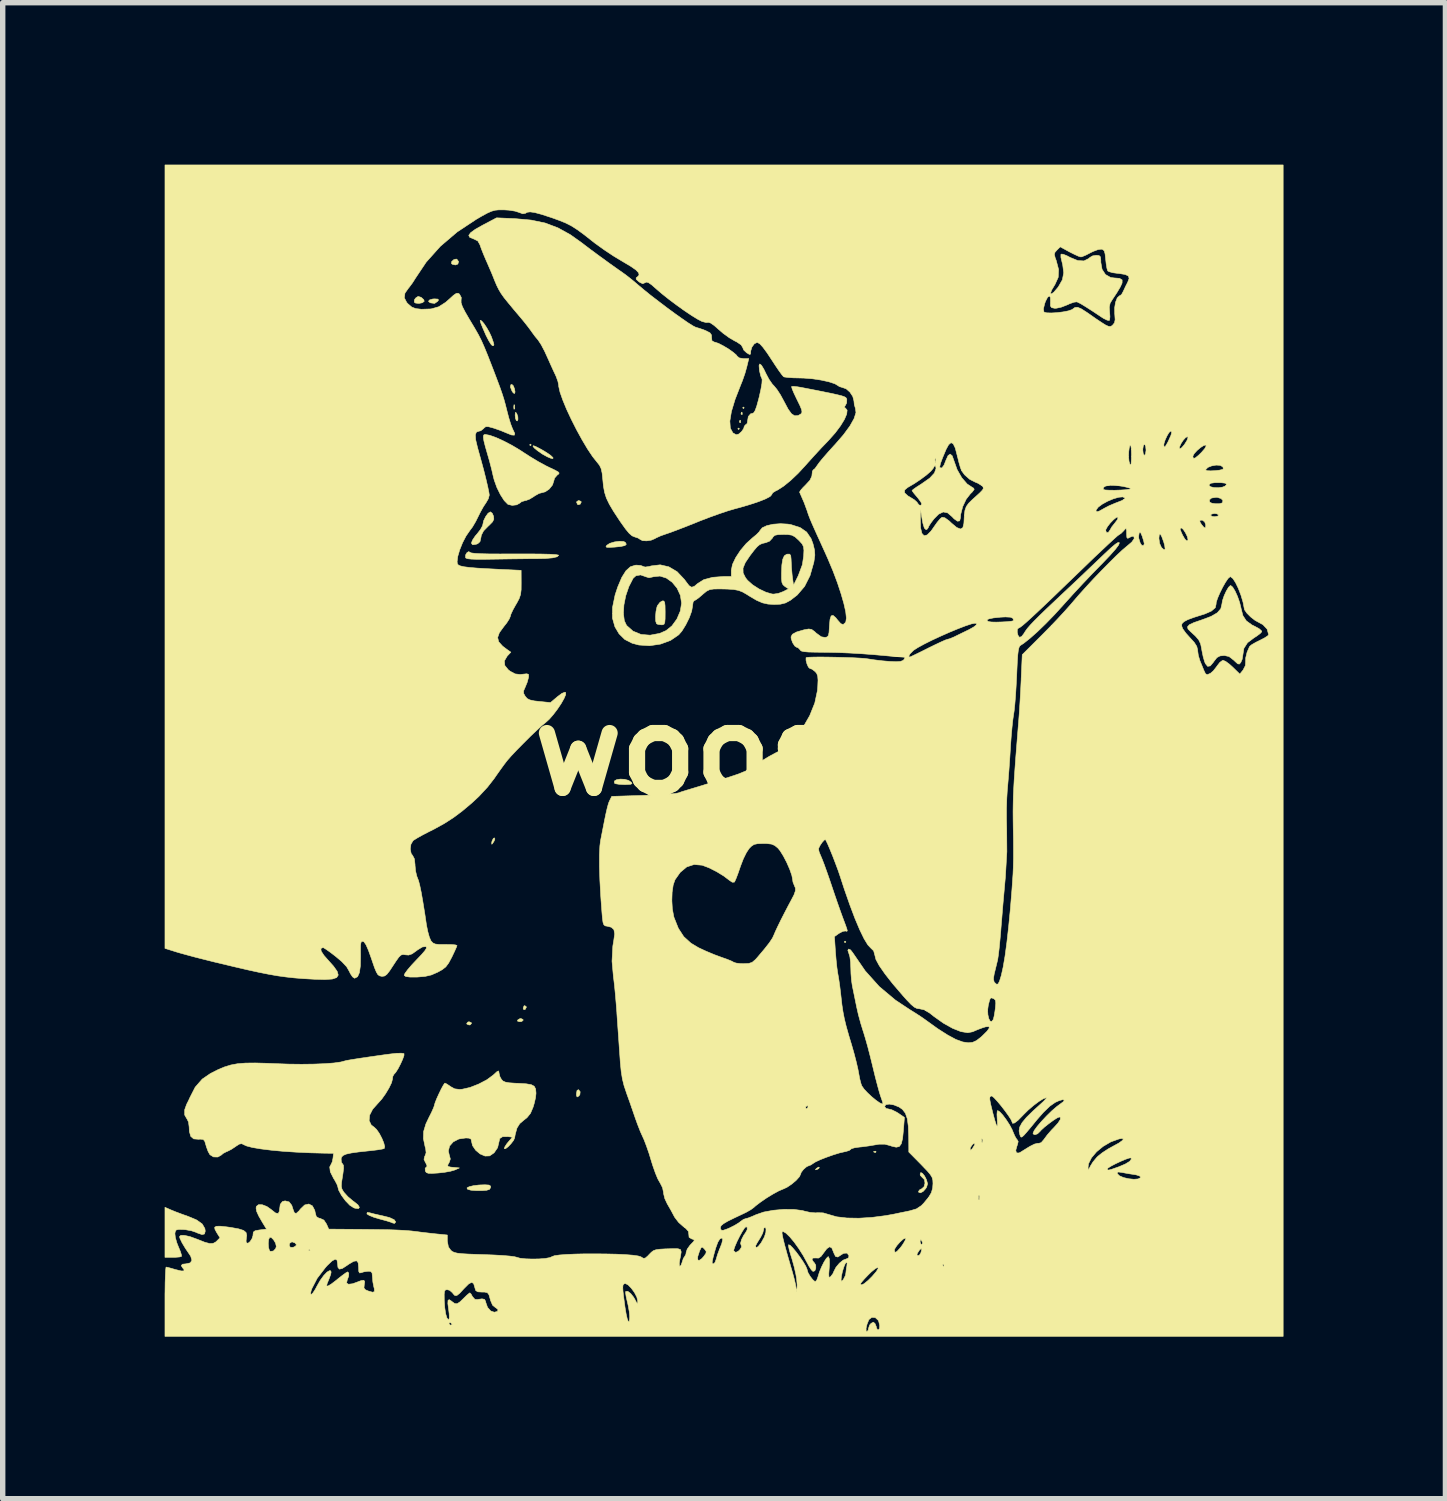
<source format=kicad_pcb>
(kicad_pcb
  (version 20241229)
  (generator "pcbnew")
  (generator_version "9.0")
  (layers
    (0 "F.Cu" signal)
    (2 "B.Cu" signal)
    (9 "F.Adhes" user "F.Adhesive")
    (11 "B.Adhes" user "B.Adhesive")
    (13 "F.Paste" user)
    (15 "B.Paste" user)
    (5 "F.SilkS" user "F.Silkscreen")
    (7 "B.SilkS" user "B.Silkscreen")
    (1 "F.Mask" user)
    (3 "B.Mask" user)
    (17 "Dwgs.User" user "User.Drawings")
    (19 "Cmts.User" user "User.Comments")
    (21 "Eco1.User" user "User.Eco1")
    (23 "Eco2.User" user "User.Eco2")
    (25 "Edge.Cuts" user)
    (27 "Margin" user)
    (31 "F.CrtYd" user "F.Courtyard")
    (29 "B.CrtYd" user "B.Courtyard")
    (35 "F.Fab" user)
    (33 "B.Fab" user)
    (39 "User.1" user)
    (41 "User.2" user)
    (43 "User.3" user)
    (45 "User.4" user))
  (footprint "woosh"
    (layer "F.Cu")
    (at 10.344 10.852)
    (property "Reference" "woosh" (at 0 0 0) (layer "F.SilkS") (effects (font (size 1.524 1.524) (thickness 0.3))))
    (attr through_hole)
    (fp_poly (pts (xy -3.556 -5.663) (xy -3.571 -5.648) (xy -3.586 -5.663) (xy -3.571 -5.678) (xy -3.556 -5.663)) (stroke (width 0.01) (type solid)) (fill yes) (layer "F.SilkS"))
    (fp_poly (pts (xy 0.299 -5.962) (xy 0.284 -5.947) (xy 0.269 -5.962) (xy 0.284 -5.976) (xy 0.299 -5.962)) (stroke (width 0.01) (type solid)) (fill yes) (layer "F.SilkS"))
    (fp_poly (pts (xy 0.388 -6.35) (xy 0.374 -6.335) (xy 0.359 -6.35) (xy 0.374 -6.365) (xy 0.388 -6.35)) (stroke (width 0.01) (type solid)) (fill yes) (layer "F.SilkS"))
    (fp_poly (pts (xy 2.271 3.541) (xy 2.256 3.556) (xy 2.241 3.541) (xy 2.256 3.526) (xy 2.271 3.541)) (stroke (width 0.01) (type solid)) (fill yes) (layer "F.SilkS"))
    (fp_poly (pts (xy -3.865 -6.402) (xy -3.861 -6.341) (xy -3.865 -6.328) (xy -3.876 -6.324) (xy -3.88 -6.365) (xy -3.875 -6.407) (xy -3.865 -6.402)) (stroke (width 0.01) (type solid)) (fill yes) (layer "F.SilkS"))
    (fp_poly (pts (xy 0.319 -6.116) (xy 0.322 -6.08) (xy 0.319 -6.076) (xy 0.301 -6.08) (xy 0.299 -6.096) (xy 0.31 -6.121) (xy 0.319 -6.116)) (stroke (width 0.01) (type solid)) (fill yes) (layer "F.SilkS"))
    (fp_poly (pts (xy 0.349 -6.265) (xy 0.352 -6.23) (xy 0.349 -6.225) (xy 0.331 -6.23) (xy 0.329 -6.245) (xy 0.34 -6.27) (xy 0.349 -6.265)) (stroke (width 0.01) (type solid)) (fill yes) (layer "F.SilkS"))
    (fp_poly (pts (xy 2.829 7.421) (xy 2.825 7.439) (xy 2.809 7.441) (xy 2.784 7.43) (xy 2.789 7.421) (xy 2.824 7.417) (xy 2.829 7.421)) (stroke (width 0.01) (type solid)) (fill yes) (layer "F.SilkS"))
    (fp_poly (pts (xy 1.779 7.715) (xy 1.77 7.738) (xy 1.742 7.753) (xy 1.707 7.762) (xy 1.721 7.74) (xy 1.725 7.736) (xy 1.764 7.712) (xy 1.779 7.715)) (stroke (width 0.01) (type solid)) (fill yes) (layer "F.SilkS"))
    (fp_poly (pts (xy -4.667 5.036) (xy -4.662 5.05) (xy -4.686 5.077) (xy -4.706 5.08) (xy -4.746 5.064) (xy -4.751 5.05) (xy -4.727 5.024) (xy -4.706 5.02) (xy -4.667 5.036)) (stroke (width 0.01) (type solid)) (fill yes) (layer "F.SilkS"))
    (fp_poly (pts (xy -4.229 1.635) (xy -4.243 1.673) (xy -4.273 1.72) (xy -4.286 1.733) (xy -4.289 1.709) (xy -4.282 1.673) (xy -4.258 1.625) (xy -4.239 1.614) (xy -4.229 1.635)) (stroke (width 0.01) (type solid)) (fill yes) (layer "F.SilkS"))
    (fp_poly (pts (xy -3.71 4.977) (xy -3.705 4.99) (xy -3.731 5.014) (xy -3.767 5.02) (xy -3.808 5.009) (xy -3.81 4.99) (xy -3.767 4.963) (xy -3.748 4.96) (xy -3.71 4.977)) (stroke (width 0.01) (type solid)) (fill yes) (layer "F.SilkS"))
    (fp_poly (pts (xy -3.647 4.743) (xy -3.646 4.75) (xy -3.667 4.79) (xy -3.676 4.796) (xy -3.701 4.789) (xy -3.705 4.768) (xy -3.69 4.727) (xy -3.676 4.721) (xy -3.647 4.743)) (stroke (width 0.01) (type solid)) (fill yes) (layer "F.SilkS"))
    (fp_poly (pts (xy -2.635 -4.617) (xy -2.63 -4.604) (xy -2.649 -4.565) (xy -2.688 -4.555) (xy -2.7 -4.563) (xy -2.718 -4.606) (xy -2.686 -4.631) (xy -2.674 -4.632) (xy -2.635 -4.617)) (stroke (width 0.01) (type solid)) (fill yes) (layer "F.SilkS"))
    (fp_poly (pts (xy -4.932 -9.1) (xy -4.901 -9.057) (xy -4.915 -9.012) (xy -4.959 -8.995) (xy -5.015 -9.007) (xy -5.033 -9.021) (xy -5.029 -9.059) (xy -4.991 -9.093) (xy -4.945 -9.105) (xy -4.932 -9.1)) (stroke (width 0.01) (type solid)) (fill yes) (layer "F.SilkS"))
    (fp_poly (pts (xy -3.888 -6.758) (xy -3.866 -6.702) (xy -3.856 -6.644) (xy -3.864 -6.615) (xy -3.888 -6.625) (xy -3.912 -6.659) (xy -3.942 -6.735) (xy -3.934 -6.777) (xy -3.915 -6.783) (xy -3.888 -6.758)) (stroke (width 0.01) (type solid)) (fill yes) (layer "F.SilkS"))
    (fp_poly (pts (xy -3.837 -6.26) (xy -3.822 -6.237) (xy -3.804 -6.185) (xy -3.802 -6.134) (xy -3.814 -6.107) (xy -3.832 -6.113) (xy -3.849 -6.158) (xy -3.854 -6.213) (xy -3.85 -6.264) (xy -3.837 -6.26)) (stroke (width 0.01) (type solid)) (fill yes) (layer "F.SilkS"))
    (fp_poly (pts (xy -2.651 6.314) (xy -2.65 6.318) (xy -2.656 6.371) (xy -2.676 6.396) (xy -2.707 6.413) (xy -2.719 6.382) (xy -2.719 6.354) (xy -2.708 6.292) (xy -2.681 6.277) (xy -2.651 6.314)) (stroke (width 0.01) (type solid)) (fill yes) (layer "F.SilkS"))
    (fp_poly (pts (xy -5.284 -8.363) (xy -5.273 -8.345) (xy -5.289 -8.322) (xy -5.345 -8.283) (xy -5.419 -8.293) (xy -5.431 -8.297) (xy -5.459 -8.323) (xy -5.438 -8.348) (xy -5.381 -8.365) (xy -5.344 -8.367) (xy -5.284 -8.363)) (stroke (width 0.01) (type solid)) (fill yes) (layer "F.SilkS"))
    (fp_poly (pts (xy -5.6 -8.397) (xy -5.589 -8.391) (xy -5.546 -8.351) (xy -5.538 -8.322) (xy -5.573 -8.295) (xy -5.636 -8.283) (xy -5.697 -8.289) (xy -5.722 -8.306) (xy -5.719 -8.35) (xy -5.696 -8.383) (xy -5.651 -8.413) (xy -5.6 -8.397)) (stroke (width 0.01) (type solid)) (fill yes) (layer "F.SilkS"))
    (fp_poly (pts (xy -1.846 -3.874) (xy -1.815 -3.859) (xy -1.795 -3.824) (xy -1.82 -3.799) (xy -1.895 -3.782) (xy -2.01 -3.77) (xy -2.11 -3.765) (xy -2.16 -3.767) (xy -2.172 -3.781) (xy -2.156 -3.804) (xy -2.101 -3.84) (xy -2.015 -3.866) (xy -1.922 -3.878) (xy -1.846 -3.874)) (stroke (width 0.01) (type solid)) (fill yes) (layer "F.SilkS"))
    (fp_poly (pts (xy -1.828 0.53) (xy -1.754 0.55) (xy -1.701 0.586) (xy -1.7 0.587) (xy -1.69 0.61) (xy -1.717 0.623) (xy -1.789 0.627) (xy -1.832 0.628) (xy -1.927 0.623) (xy -1.994 0.612) (xy -2.015 0.601) (xy -2.016 0.562) (xy -1.975 0.537) (xy -1.907 0.526) (xy -1.828 0.53)) (stroke (width 0.01) (type solid)) (fill yes) (layer "F.SilkS"))
    (fp_poly (pts (xy -4.338 8.044) (xy -4.309 8.063) (xy -4.309 8.091) (xy -4.329 8.124) (xy -4.383 8.141) (xy -4.468 8.147) (xy -4.57 8.147) (xy -4.657 8.141) (xy -4.684 8.137) (xy -4.74 8.118) (xy -4.745 8.096) (xy -4.705 8.075) (xy -4.628 8.056) (xy -4.523 8.043) (xy -4.413 8.039) (xy -4.338 8.044)) (stroke (width 0.01) (type solid)) (fill yes) (layer "F.SilkS"))
    (fp_poly (pts (xy -3.473 -5.633) (xy -3.401 -5.596) (xy -3.316 -5.548) (xy -3.238 -5.498) (xy -3.197 -5.469) (xy -3.153 -5.427) (xy -3.154 -5.409) (xy -3.192 -5.415) (xy -3.257 -5.442) (xy -3.342 -5.489) (xy -3.352 -5.495) (xy -3.44 -5.556) (xy -3.501 -5.607) (xy -3.525 -5.64) (xy -3.514 -5.648) (xy -3.473 -5.633)) (stroke (width 0.01) (type solid)) (fill yes) (layer "F.SilkS"))
    (fp_poly (pts (xy -4.475 -7.959) (xy -4.432 -7.91) (xy -4.381 -7.834) (xy -4.332 -7.748) (xy -4.293 -7.664) (xy -4.289 -7.652) (xy -4.258 -7.564) (xy -4.247 -7.519) (xy -4.252 -7.503) (xy -4.273 -7.5) (xy -4.275 -7.5) (xy -4.301 -7.526) (xy -4.343 -7.593) (xy -4.393 -7.69) (xy -4.41 -7.729) (xy -4.456 -7.834) (xy -4.489 -7.917) (xy -4.502 -7.964) (xy -4.501 -7.97) (xy -4.475 -7.959)) (stroke (width 0.01) (type solid)) (fill yes) (layer "F.SilkS"))
    (fp_poly (pts (xy -1.101 -2.772) (xy -1.085 -2.746) (xy -1.078 -2.685) (xy -1.076 -2.578) (xy -1.076 -2.557) (xy -1.077 -2.442) (xy -1.083 -2.375) (xy -1.097 -2.342) (xy -1.123 -2.332) (xy -1.145 -2.331) (xy -1.208 -2.339) (xy -1.235 -2.351) (xy -1.251 -2.399) (xy -1.254 -2.482) (xy -1.246 -2.577) (xy -1.228 -2.661) (xy -1.217 -2.689) (xy -1.171 -2.748) (xy -1.127 -2.774) (xy -1.101 -2.772)) (stroke (width 0.01) (type solid)) (fill yes) (layer "F.SilkS"))
    (fp_poly (pts (xy 3.689 7.827) (xy 3.729 7.877) (xy 3.764 7.947) (xy 3.784 8.021) (xy 3.765 8.084) (xy 3.749 8.11) (xy 3.701 8.163) (xy 3.653 8.188) (xy 3.621 8.179) (xy 3.616 8.16) (xy 3.64 8.13) (xy 3.676 8.113) (xy 3.719 8.074) (xy 3.736 8.009) (xy 3.726 7.944) (xy 3.69 7.908) (xy 3.651 7.867) (xy 3.646 7.841) (xy 3.658 7.812) (xy 3.689 7.827)) (stroke (width 0.01) (type solid)) (fill yes) (layer "F.SilkS"))
    (fp_poly (pts (xy -6.543 8.558) (xy -6.541 8.559) (xy -6.469 8.578) (xy -6.369 8.601) (xy -6.321 8.611) (xy -6.178 8.647) (xy -6.093 8.687) (xy -6.066 8.727) (xy -6.087 8.754) (xy -6.125 8.746) (xy -6.129 8.743) (xy -6.162 8.73) (xy -6.238 8.706) (xy -6.342 8.678) (xy -6.364 8.672) (xy -6.472 8.64) (xy -6.554 8.607) (xy -6.597 8.58) (xy -6.599 8.576) (xy -6.593 8.551) (xy -6.543 8.558)) (stroke (width 0.01) (type solid)) (fill yes) (layer "F.SilkS"))
    (fp_poly (pts (xy -4.278 -4.397) (xy -4.254 -4.342) (xy -4.249 -4.288) (xy -4.271 -4.24) (xy -4.329 -4.18) (xy -4.356 -4.155) (xy -4.439 -4.07) (xy -4.48 -3.991) (xy -4.488 -3.946) (xy -4.505 -3.871) (xy -4.547 -3.833) (xy -4.579 -3.822) (xy -4.639 -3.813) (xy -4.66 -3.835) (xy -4.662 -3.852) (xy -4.642 -3.902) (xy -4.594 -3.974) (xy -4.557 -4.017) (xy -4.497 -4.094) (xy -4.459 -4.163) (xy -4.452 -4.19) (xy -4.437 -4.259) (xy -4.4 -4.335) (xy -4.355 -4.397) (xy -4.313 -4.423) (xy -4.312 -4.423) (xy -4.278 -4.397)) (stroke (width 0.01) (type solid)) (fill yes) (layer "F.SilkS"))
    (fp_poly (pts (xy -10.227 8.505) (xy -10.141 8.54) (xy -10.024 8.584) (xy -9.906 8.626) (xy -9.75 8.692) (xy -9.649 8.765) (xy -9.6 8.849) (xy -9.593 8.897) (xy -9.607 8.95) (xy -9.653 8.961) (xy -9.737 8.932) (xy -9.762 8.92) (xy -9.847 8.891) (xy -9.956 8.871) (xy -9.998 8.868) (xy -10.086 8.866) (xy -10.131 8.876) (xy -10.149 8.907) (xy -10.155 8.943) (xy -10.147 9.015) (xy -10.119 9.114) (xy -10.09 9.187) (xy -10.053 9.276) (xy -10.033 9.341) (xy -10.033 9.366) (xy -10.071 9.376) (xy -10.147 9.382) (xy -10.195 9.383) (xy -10.339 9.383) (xy -10.339 8.456) (xy -10.227 8.505)) (stroke (width 0.01) (type solid)) (fill yes) (layer "F.SilkS"))
    (fp_poly (pts (xy -4.69 -3.673) (xy -4.664 -3.662) (xy -4.6 -3.654) (xy -4.492 -3.648) (xy -4.337 -3.644) (xy -4.131 -3.643) (xy -3.869 -3.644) (xy -3.858 -3.644) (xy -3.587 -3.644) (xy -3.37 -3.642) (xy -3.207 -3.638) (xy -3.1 -3.631) (xy -3.051 -3.622) (xy -3.048 -3.619) (xy -3.077 -3.591) (xy -3.162 -3.571) (xy -3.299 -3.559) (xy -3.466 -3.556) (xy -3.573 -3.556) (xy -3.723 -3.554) (xy -3.902 -3.552) (xy -4.095 -3.549) (xy -4.224 -3.547) (xy -4.422 -3.544) (xy -4.569 -3.544) (xy -4.67 -3.548) (xy -4.733 -3.555) (xy -4.765 -3.567) (xy -4.773 -3.577) (xy -4.772 -3.624) (xy -4.747 -3.667) (xy -4.713 -3.687) (xy -4.69 -3.673)) (stroke (width 0.01) (type solid)) (fill yes) (layer "F.SilkS"))
    (fp_poly (pts (xy -4.325 -5.841) (xy -4.203 -5.797) (xy -4.059 -5.731) (xy -3.905 -5.65) (xy -3.754 -5.559) (xy -3.71 -5.53) (xy -3.57 -5.44) (xy -3.42 -5.35) (xy -3.282 -5.275) (xy -3.225 -5.247) (xy -3.119 -5.197) (xy -3.059 -5.164) (xy -3.039 -5.141) (xy -3.051 -5.121) (xy -3.073 -5.106) (xy -3.123 -5.049) (xy -3.138 -4.997) (xy -3.162 -4.921) (xy -3.222 -4.846) (xy -3.297 -4.794) (xy -3.347 -4.781) (xy -3.411 -4.764) (xy -3.49 -4.72) (xy -3.509 -4.706) (xy -3.586 -4.659) (xy -3.654 -4.633) (xy -3.667 -4.632) (xy -3.736 -4.611) (xy -3.765 -4.587) (xy -3.825 -4.553) (xy -3.908 -4.543) (xy -3.982 -4.56) (xy -3.991 -4.565) (xy -4.057 -4.633) (xy -4.127 -4.742) (xy -4.192 -4.874) (xy -4.241 -5.01) (xy -4.257 -5.07) (xy -4.29 -5.214) (xy -4.331 -5.371) (xy -4.359 -5.468) (xy -4.405 -5.628) (xy -4.433 -5.738) (xy -4.443 -5.808) (xy -4.437 -5.845) (xy -4.415 -5.857) (xy -4.411 -5.857) (xy -4.325 -5.841)) (stroke (width 0.01) (type solid)) (fill yes) (layer "F.SilkS"))
    (fp_poly (pts (xy 9.434 -3.029) (xy 9.478 -2.957) (xy 9.523 -2.858) (xy 9.562 -2.748) (xy 9.588 -2.642) (xy 9.589 -2.636) (xy 9.623 -2.502) (xy 9.686 -2.405) (xy 9.79 -2.329) (xy 9.855 -2.297) (xy 9.928 -2.256) (xy 9.969 -2.218) (xy 9.973 -2.203) (xy 9.942 -2.169) (xy 9.876 -2.12) (xy 9.829 -2.09) (xy 9.709 -2) (xy 9.642 -1.896) (xy 9.623 -1.776) (xy 9.61 -1.693) (xy 9.584 -1.633) (xy 9.557 -1.604) (xy 9.527 -1.609) (xy 9.479 -1.652) (xy 9.459 -1.672) (xy 9.366 -1.744) (xy 9.28 -1.763) (xy 9.199 -1.755) (xy 9.142 -1.724) (xy 9.088 -1.655) (xy 9.075 -1.636) (xy 9.019 -1.57) (xy 8.97 -1.562) (xy 8.928 -1.614) (xy 8.913 -1.651) (xy 8.887 -1.743) (xy 8.864 -1.855) (xy 8.859 -1.888) (xy 8.84 -1.979) (xy 8.805 -2.052) (xy 8.742 -2.125) (xy 8.653 -2.206) (xy 8.606 -2.254) (xy 8.598 -2.295) (xy 8.632 -2.333) (xy 8.715 -2.372) (xy 8.851 -2.419) (xy 8.863 -2.423) (xy 9.034 -2.487) (xy 9.149 -2.554) (xy 9.214 -2.629) (xy 9.234 -2.712) (xy 9.246 -2.782) (xy 9.276 -2.87) (xy 9.316 -2.957) (xy 9.357 -3.026) (xy 9.392 -3.059) (xy 9.398 -3.059) (xy 9.434 -3.029)) (stroke (width 0.01) (type solid)) (fill yes) (layer "F.SilkS"))
    (fp_poly (pts (xy -4.154 5.952) (xy -4.154 5.964) (xy -4.137 6.034) (xy -4.109 6.086) (xy -4.08 6.117) (xy -4.037 6.137) (xy -3.967 6.15) (xy -3.855 6.158) (xy -3.794 6.16) (xy -3.65 6.169) (xy -3.556 6.185) (xy -3.501 6.214) (xy -3.475 6.263) (xy -3.468 6.337) (xy -3.468 6.35) (xy -3.477 6.43) (xy -3.502 6.536) (xy -3.521 6.6) (xy -3.57 6.716) (xy -3.635 6.796) (xy -3.691 6.84) (xy -3.769 6.906) (xy -3.82 6.988) (xy -3.852 7.104) (xy -3.864 7.172) (xy -3.885 7.219) (xy -3.931 7.278) (xy -3.984 7.334) (xy -4.03 7.369) (xy -4.053 7.372) (xy -4.047 7.34) (xy -4.01 7.282) (xy -3.988 7.255) (xy -3.905 7.157) (xy -3.987 7.147) (xy -4.086 7.148) (xy -4.139 7.182) (xy -4.154 7.247) (xy -4.179 7.352) (xy -4.244 7.447) (xy -4.327 7.504) (xy -4.411 7.507) (xy -4.503 7.468) (xy -4.585 7.399) (xy -4.643 7.314) (xy -4.661 7.239) (xy -4.671 7.193) (xy -4.71 7.175) (xy -4.768 7.172) (xy -4.897 7.191) (xy -5 7.244) (xy -5.068 7.321) (xy -5.091 7.413) (xy -5.074 7.488) (xy -5.054 7.561) (xy -5.074 7.622) (xy -5.103 7.674) (xy -5.096 7.7) (xy -5.045 7.712) (xy -4.998 7.716) (xy -4.886 7.727) (xy -4.975 7.766) (xy -5.051 7.788) (xy -5.162 7.808) (xy -5.281 7.821) (xy -5.395 7.828) (xy -5.463 7.826) (xy -5.499 7.812) (xy -5.517 7.785) (xy -5.518 7.783) (xy -5.52 7.731) (xy -5.502 7.716) (xy -5.484 7.693) (xy -5.505 7.643) (xy -5.512 7.632) (xy -5.542 7.569) (xy -5.53 7.515) (xy -5.523 7.503) (xy -5.503 7.447) (xy -5.511 7.372) (xy -5.523 7.328) (xy -5.553 7.183) (xy -5.549 7.052) (xy -5.507 6.912) (xy -5.454 6.8) (xy -5.403 6.699) (xy -5.366 6.616) (xy -5.349 6.568) (xy -5.349 6.564) (xy -5.337 6.521) (xy -5.307 6.445) (xy -5.266 6.355) (xy -5.223 6.266) (xy -5.184 6.195) (xy -5.158 6.158) (xy -5.155 6.156) (xy -5.121 6.172) (xy -5.062 6.211) (xy -5.051 6.22) (xy -4.974 6.262) (xy -4.887 6.273) (xy -4.832 6.269) (xy -4.688 6.236) (xy -4.528 6.173) (xy -4.376 6.093) (xy -4.257 6.005) (xy -4.251 5.999) (xy -4.192 5.945) (xy -4.163 5.93) (xy -4.154 5.952)) (stroke (width 0.01) (type solid)) (fill yes) (layer "F.SilkS"))
    (fp_poly (pts (xy -5.914 5.609) (xy -5.912 5.611) (xy -5.913 5.646) (xy -5.938 5.716) (xy -5.977 5.802) (xy -6.022 5.889) (xy -6.066 5.958) (xy -6.098 5.993) (xy -6.12 6.033) (xy -6.126 6.082) (xy -6.143 6.149) (xy -6.189 6.244) (xy -6.252 6.35) (xy -6.322 6.449) (xy -6.389 6.524) (xy -6.392 6.527) (xy -6.493 6.64) (xy -6.549 6.75) (xy -6.558 6.85) (xy -6.519 6.932) (xy -6.467 6.971) (xy -6.421 7.014) (xy -6.37 7.087) (xy -6.323 7.176) (xy -6.287 7.263) (xy -6.27 7.332) (xy -6.279 7.368) (xy -6.319 7.378) (xy -6.403 7.392) (xy -6.517 7.406) (xy -6.567 7.411) (xy -6.753 7.431) (xy -6.888 7.45) (xy -6.98 7.47) (xy -7.037 7.494) (xy -7.067 7.524) (xy -7.077 7.557) (xy -7.072 7.621) (xy -7.052 7.65) (xy -7.034 7.677) (xy -7.031 7.733) (xy -7.043 7.831) (xy -7.051 7.883) (xy -7.069 7.995) (xy -7.073 8.067) (xy -7.062 8.117) (xy -7.034 8.165) (xy -7.019 8.185) (xy -6.95 8.261) (xy -6.861 8.336) (xy -6.837 8.353) (xy -6.765 8.411) (xy -6.738 8.457) (xy -6.756 8.48) (xy -6.819 8.473) (xy -6.843 8.465) (xy -6.916 8.418) (xy -6.996 8.335) (xy -7.07 8.235) (xy -7.123 8.137) (xy -7.142 8.062) (xy -7.157 8.024) (xy -7.194 7.956) (xy -7.217 7.919) (xy -7.277 7.799) (xy -7.288 7.709) (xy -7.264 7.663) (xy -7.241 7.615) (xy -7.227 7.545) (xy -7.217 7.456) (xy -7.381 7.454) (xy -7.647 7.447) (xy -7.907 7.435) (xy -8.152 7.419) (xy -8.375 7.398) (xy -8.567 7.374) (xy -8.721 7.348) (xy -8.828 7.32) (xy -8.868 7.302) (xy -8.917 7.278) (xy -8.961 7.285) (xy -9.024 7.325) (xy -9.033 7.332) (xy -9.112 7.384) (xy -9.183 7.42) (xy -9.194 7.423) (xy -9.263 7.459) (xy -9.294 7.487) (xy -9.36 7.525) (xy -9.44 7.523) (xy -9.506 7.482) (xy -9.54 7.422) (xy -9.572 7.335) (xy -9.579 7.31) (xy -9.602 7.233) (xy -9.631 7.199) (xy -9.684 7.194) (xy -9.719 7.196) (xy -9.807 7.189) (xy -9.861 7.143) (xy -9.887 7.052) (xy -9.891 6.968) (xy -9.903 6.877) (xy -9.932 6.817) (xy -9.936 6.813) (xy -9.974 6.746) (xy -9.974 6.65) (xy -9.938 6.549) (xy -9.901 6.476) (xy -9.878 6.425) (xy -9.779 6.231) (xy -9.649 6.082) (xy -9.5 5.98) (xy -9.363 5.91) (xy -9.241 5.858) (xy -9.122 5.821) (xy -8.994 5.797) (xy -8.847 5.785) (xy -8.669 5.783) (xy -8.448 5.789) (xy -8.307 5.795) (xy -8.055 5.804) (xy -7.81 5.807) (xy -7.581 5.804) (xy -7.377 5.796) (xy -7.207 5.783) (xy -7.081 5.765) (xy -7.022 5.749) (xy -6.976 5.737) (xy -6.883 5.721) (xy -6.738 5.698) (xy -6.541 5.669) (xy -6.288 5.633) (xy -6.159 5.616) (xy -6.048 5.604) (xy -5.961 5.602) (xy -5.914 5.609)) (stroke (width 0.01) (type solid)) (fill yes) (layer "F.SilkS"))
    (fp_poly (pts (xy 1.198 -4.196) (xy 1.256 -4.186) (xy 1.424 -4.132) (xy 1.544 -4.049) (xy 1.626 -3.928) (xy 1.662 -3.831) (xy 1.69 -3.716) (xy 1.696 -3.621) (xy 1.681 -3.511) (xy 1.677 -3.488) (xy 1.607 -3.242) (xy 1.506 -3.042) (xy 1.37 -2.883) (xy 1.243 -2.785) (xy 1.152 -2.736) (xy 1.059 -2.713) (xy 0.941 -2.708) (xy 0.828 -2.715) (xy 0.726 -2.738) (xy 0.619 -2.784) (xy 0.49 -2.86) (xy 0.433 -2.896) (xy 0.358 -2.939) (xy 0.284 -2.968) (xy 0.195 -2.985) (xy 0.075 -2.993) (xy -0.066 -2.996) (xy -0.177 -2.994) (xy -0.25 -2.983) (xy -0.309 -2.954) (xy -0.375 -2.9) (xy -0.388 -2.888) (xy -0.46 -2.827) (xy -0.517 -2.788) (xy -0.538 -2.779) (xy -0.558 -2.753) (xy -0.568 -2.689) (xy -0.568 -2.682) (xy -0.585 -2.584) (xy -0.63 -2.46) (xy -0.694 -2.331) (xy -0.765 -2.216) (xy -0.825 -2.146) (xy -0.977 -2.042) (xy -1.162 -1.974) (xy -1.363 -1.944) (xy -1.563 -1.957) (xy -1.687 -1.99) (xy -1.824 -2.06) (xy -1.93 -2.165) (xy -2.006 -2.293) (xy -2.052 -2.456) (xy -2.052 -2.54) (xy -1.849 -2.54) (xy -1.832 -2.407) (xy -1.791 -2.32) (xy -1.672 -2.214) (xy -1.523 -2.153) (xy -1.355 -2.139) (xy -1.179 -2.172) (xy -1.061 -2.223) (xy -0.951 -2.311) (xy -0.858 -2.439) (xy -0.795 -2.587) (xy -0.772 -2.732) (xy -0.794 -2.877) (xy -0.855 -3.009) (xy -0.945 -3.119) (xy -1.054 -3.197) (xy -1.172 -3.234) (xy -1.288 -3.222) (xy -1.374 -3.203) (xy -1.438 -3.222) (xy -1.438 -3.223) (xy -1.531 -3.255) (xy -1.617 -3.24) (xy -1.669 -3.193) (xy -1.748 -3.039) (xy -1.806 -2.869) (xy -1.84 -2.698) (xy -1.849 -2.54) (xy -2.052 -2.54) (xy -2.051 -2.652) (xy -2.003 -2.884) (xy -1.954 -3.032) (xy -1.879 -3.209) (xy -1.802 -3.332) (xy -1.72 -3.406) (xy -1.628 -3.435) (xy -1.603 -3.436) (xy -1.529 -3.43) (xy -1.484 -3.413) (xy -1.481 -3.41) (xy -1.444 -3.401) (xy -1.37 -3.412) (xy -1.333 -3.422) (xy -1.168 -3.442) (xy -1.007 -3.405) (xy -0.855 -3.315) (xy -0.72 -3.172) (xy -0.693 -3.135) (xy -0.633 -3.056) (xy -0.585 -3.027) (xy -0.534 -3.045) (xy -0.478 -3.093) (xy -0.361 -3.167) (xy -0.196 -3.211) (xy 0.007 -3.226) (xy 0.149 -3.227) (xy 0.149 -3.345) (xy 0.157 -3.38) (xy 0.366 -3.38) (xy 0.368 -3.291) (xy 0.412 -3.203) (xy 0.45 -3.155) (xy 0.543 -3.072) (xy 0.663 -2.995) (xy 0.79 -2.935) (xy 0.903 -2.902) (xy 0.935 -2.9) (xy 1.021 -2.913) (xy 1.112 -2.947) (xy 1.114 -2.948) (xy 1.209 -2.997) (xy 1.142 -3.041) (xy 1.106 -3.073) (xy 1.086 -3.117) (xy 1.079 -3.191) (xy 1.079 -3.283) (xy 1.085 -3.439) (xy 1.102 -3.545) (xy 1.13 -3.608) (xy 1.173 -3.637) (xy 1.189 -3.64) (xy 1.229 -3.64) (xy 1.249 -3.615) (xy 1.256 -3.551) (xy 1.258 -3.506) (xy 1.264 -3.382) (xy 1.276 -3.249) (xy 1.281 -3.212) (xy 1.301 -3.063) (xy 1.389 -3.241) (xy 1.465 -3.444) (xy 1.489 -3.606) (xy 1.494 -3.711) (xy 1.486 -3.778) (xy 1.46 -3.83) (xy 1.407 -3.888) (xy 1.396 -3.899) (xy 1.33 -3.959) (xy 1.271 -3.991) (xy 1.195 -4.003) (xy 1.116 -4.004) (xy 1.014 -4.001) (xy 0.956 -3.989) (xy 0.924 -3.961) (xy 0.911 -3.938) (xy 0.857 -3.88) (xy 0.789 -3.853) (xy 0.724 -3.838) (xy 0.674 -3.816) (xy 0.626 -3.776) (xy 0.569 -3.709) (xy 0.495 -3.612) (xy 0.408 -3.483) (xy 0.366 -3.38) (xy 0.157 -3.38) (xy 0.171 -3.45) (xy 0.231 -3.576) (xy 0.319 -3.71) (xy 0.425 -3.836) (xy 0.54 -3.94) (xy 0.615 -4.002) (xy 0.667 -4.055) (xy 0.681 -4.078) (xy 0.722 -4.128) (xy 0.807 -4.168) (xy 0.924 -4.194) (xy 1.059 -4.204) (xy 1.198 -4.196)) (stroke (width 0.01) (type solid)) (fill yes) (layer "F.SilkS"))
    (fp_poly (pts (xy -3.855 -9.853) (xy -3.557 -9.826) (xy -3.298 -9.772) (xy -3.062 -9.683) (xy -2.832 -9.556) (xy -2.635 -9.416) (xy -2.463 -9.285) (xy -2.281 -9.151) (xy -2.106 -9.024) (xy -1.953 -8.915) (xy -1.868 -8.856) (xy -1.782 -8.793) (xy -1.676 -8.709) (xy -1.584 -8.631) (xy -1.476 -8.54) (xy -1.345 -8.434) (xy -1.199 -8.322) (xy -1.048 -8.207) (xy -0.9 -8.098) (xy -0.763 -8.001) (xy -0.647 -7.921) (xy -0.559 -7.866) (xy -0.509 -7.841) (xy -0.508 -7.841) (xy -0.431 -7.818) (xy -0.337 -7.784) (xy -0.321 -7.777) (xy -0.247 -7.739) (xy -0.218 -7.698) (xy -0.216 -7.653) (xy -0.21 -7.592) (xy -0.167 -7.567) (xy -0.154 -7.565) (xy -0.088 -7.543) (xy 0.001 -7.497) (xy 0.098 -7.439) (xy 0.184 -7.378) (xy 0.244 -7.326) (xy 0.259 -7.304) (xy 0.299 -7.273) (xy 0.374 -7.261) (xy 0.473 -7.261) (xy 0.435 -7.105) (xy 0.402 -6.987) (xy 0.355 -6.852) (xy 0.321 -6.768) (xy 0.218 -6.503) (xy 0.151 -6.281) (xy 0.122 -6.104) (xy 0.131 -5.972) (xy 0.178 -5.886) (xy 0.239 -5.851) (xy 0.286 -5.863) (xy 0.339 -5.909) (xy 0.379 -5.967) (xy 0.388 -6.004) (xy 0.41 -6.035) (xy 0.418 -6.036) (xy 0.443 -6.061) (xy 0.448 -6.094) (xy 0.464 -6.189) (xy 0.507 -6.239) (xy 0.537 -6.245) (xy 0.564 -6.257) (xy 0.59 -6.299) (xy 0.619 -6.378) (xy 0.654 -6.505) (xy 0.666 -6.552) (xy 0.697 -6.692) (xy 0.716 -6.802) (xy 0.72 -6.872) (xy 0.716 -6.889) (xy 0.695 -6.937) (xy 0.675 -7.018) (xy 0.669 -7.051) (xy 0.663 -7.133) (xy 0.676 -7.162) (xy 0.707 -7.138) (xy 0.752 -7.064) (xy 0.792 -6.981) (xy 0.846 -6.879) (xy 0.909 -6.788) (xy 0.942 -6.753) (xy 0.994 -6.69) (xy 1.058 -6.592) (xy 1.12 -6.478) (xy 1.129 -6.461) (xy 1.202 -6.324) (xy 1.264 -6.239) (xy 1.323 -6.202) (xy 1.383 -6.206) (xy 1.404 -6.216) (xy 1.441 -6.239) (xy 1.458 -6.268) (xy 1.452 -6.313) (xy 1.422 -6.387) (xy 1.367 -6.5) (xy 1.358 -6.518) (xy 1.31 -6.619) (xy 1.277 -6.697) (xy 1.265 -6.741) (xy 1.266 -6.744) (xy 1.301 -6.747) (xy 1.375 -6.739) (xy 1.44 -6.728) (xy 1.682 -6.681) (xy 1.872 -6.643) (xy 2.016 -6.614) (xy 2.121 -6.59) (xy 2.193 -6.572) (xy 2.24 -6.556) (xy 2.267 -6.542) (xy 2.28 -6.527) (xy 2.287 -6.51) (xy 2.288 -6.508) (xy 2.285 -6.44) (xy 2.266 -6.403) (xy 2.242 -6.362) (xy 2.264 -6.343) (xy 2.294 -6.306) (xy 2.286 -6.234) (xy 2.244 -6.135) (xy 2.172 -6.017) (xy 2.074 -5.886) (xy 1.954 -5.751) (xy 1.939 -5.735) (xy 1.818 -5.609) (xy 1.687 -5.467) (xy 1.567 -5.334) (xy 1.529 -5.291) (xy 1.388 -5.138) (xy 1.247 -5.004) (xy 1.115 -4.897) (xy 1.004 -4.826) (xy 0.971 -4.811) (xy 0.916 -4.776) (xy 0.896 -4.74) (xy 0.868 -4.708) (xy 0.789 -4.666) (xy 0.665 -4.616) (xy 0.503 -4.562) (xy 0.311 -4.505) (xy 0.209 -4.478) (xy 0.087 -4.442) (xy -0.071 -4.389) (xy -0.249 -4.325) (xy -0.427 -4.257) (xy -0.478 -4.236) (xy -0.641 -4.171) (xy -0.797 -4.11) (xy -0.932 -4.059) (xy -1.032 -4.023) (xy -1.06 -4.014) (xy -1.159 -3.979) (xy -1.241 -3.942) (xy -1.269 -3.926) (xy -1.336 -3.898) (xy -1.419 -3.886) (xy -1.495 -3.89) (xy -1.538 -3.912) (xy -1.577 -3.938) (xy -1.641 -3.959) (xy -1.689 -3.979) (xy -1.742 -4.025) (xy -1.807 -4.103) (xy -1.893 -4.223) (xy -1.923 -4.267) (xy -2.032 -4.433) (xy -2.11 -4.565) (xy -2.164 -4.677) (xy -2.198 -4.784) (xy -2.219 -4.899) (xy -2.23 -5.013) (xy -2.243 -5.139) (xy -2.262 -5.224) (xy -2.292 -5.286) (xy -2.33 -5.334) (xy -2.417 -5.443) (xy -2.514 -5.588) (xy -2.616 -5.76) (xy -2.718 -5.946) (xy -2.815 -6.138) (xy -2.902 -6.324) (xy -2.972 -6.494) (xy -3.023 -6.639) (xy -3.047 -6.746) (xy -3.048 -6.769) (xy -3.061 -6.835) (xy -3.092 -6.923) (xy -3.104 -6.95) (xy -3.151 -7.05) (xy -3.204 -7.167) (xy -3.226 -7.217) (xy -3.306 -7.393) (xy -3.372 -7.519) (xy -3.426 -7.601) (xy -3.437 -7.615) (xy -3.484 -7.671) (xy -3.542 -7.75) (xy -3.555 -7.769) (xy -3.615 -7.85) (xy -3.695 -7.951) (xy -3.755 -8.023) (xy -3.887 -8.179) (xy -3.986 -8.299) (xy -4.061 -8.392) (xy -4.116 -8.47) (xy -4.158 -8.541) (xy -4.195 -8.615) (xy -4.232 -8.702) (xy -4.271 -8.8) (xy -4.294 -8.856) (xy -4.334 -8.948) (xy -4.381 -9.057) (xy -4.387 -9.069) (xy -4.436 -9.184) (xy -4.478 -9.289) (xy -4.504 -9.363) (xy -4.505 -9.367) (xy -4.546 -9.44) (xy -4.626 -9.479) (xy -4.628 -9.48) (xy -4.695 -9.507) (xy -4.713 -9.543) (xy -4.68 -9.591) (xy -4.594 -9.654) (xy -4.454 -9.733) (xy -4.452 -9.734) (xy -4.198 -9.868) (xy -3.855 -9.853)) (stroke (width 0.01) (type solid)) (fill yes) (layer "F.SilkS"))
    (fp_poly (pts (xy 10.369 10.847) (xy -10.339 10.847) (xy -10.339 10.695) (xy 2.645 10.695) (xy 2.646 10.746) (xy 2.659 10.758) (xy 2.684 10.733) (xy 2.689 10.702) (xy 2.711 10.636) (xy 2.737 10.606) (xy 2.779 10.583) (xy 2.809 10.607) (xy 2.811 10.61) (xy 2.835 10.669) (xy 2.838 10.69) (xy 2.858 10.725) (xy 2.869 10.728) (xy 2.893 10.703) (xy 2.897 10.645) (xy 2.88 10.573) (xy 2.868 10.547) (xy 2.816 10.499) (xy 2.751 10.494) (xy 2.699 10.534) (xy 2.695 10.541) (xy 2.663 10.62) (xy 2.645 10.695) (xy -10.339 10.695) (xy -10.339 10.606) (xy -5.08 10.606) (xy -5.058 10.637) (xy -5.05 10.638) (xy -5.021 10.628) (xy -5.02 10.625) (xy -5.041 10.599) (xy -5.05 10.593) (xy -5.078 10.596) (xy -5.08 10.606) (xy -10.339 10.606) (xy -10.339 10.205) (xy -10.339 10.06) (xy -7.644 10.06) (xy -7.63 10.07) (xy -7.625 10.066) (xy -5.168 10.066) (xy -5.167 10.167) (xy -5.167 10.182) (xy -5.157 10.318) (xy -5.14 10.43) (xy -5.117 10.506) (xy -5.091 10.537) (xy -5.081 10.534) (xy -5.073 10.5) (xy -5.076 10.425) (xy -5.085 10.351) (xy -5.1 10.239) (xy -5.097 10.179) (xy -5.075 10.166) (xy -5.031 10.195) (xy -5.026 10.2) (xy -4.974 10.238) (xy -4.928 10.242) (xy -4.874 10.206) (xy -4.811 10.145) (xy -4.749 10.084) (xy -4.704 10.047) (xy -4.693 10.04) (xy -4.669 10.064) (xy -4.646 10.108) (xy -4.6 10.16) (xy -4.557 10.164) (xy -4.468 10.151) (xy -4.421 10.161) (xy -4.401 10.198) (xy -4.397 10.22) (xy -4.365 10.31) (xy -4.306 10.376) (xy -4.24 10.399) (xy -4.182 10.384) (xy -4.17 10.351) (xy -4.21 10.317) (xy -4.217 10.314) (xy -4.272 10.269) (xy -4.311 10.177) (xy -4.316 10.157) (xy -4.339 10.076) (xy -4.367 10.038) (xy -4.419 10.026) (xy -4.467 10.026) (xy -4.545 10.021) (xy -4.583 9.999) (xy -4.6 9.946) (xy -4.601 9.938) (xy -4.602 9.937) (xy -1.861 9.937) (xy -1.857 10.008) (xy -1.844 10.119) (xy -1.823 10.278) (xy -1.82 10.302) (xy -1.798 10.434) (xy -1.777 10.526) (xy -1.757 10.574) (xy -1.743 10.573) (xy -1.734 10.521) (xy -1.733 10.475) (xy -1.741 10.387) (xy -1.761 10.274) (xy -1.778 10.201) (xy -1.799 10.107) (xy -1.809 10.039) (xy -1.806 10.014) (xy -1.768 10.012) (xy -1.715 10.052) (xy -1.66 10.121) (xy -1.636 10.162) (xy -1.603 10.225) (xy -1.588 10.237) (xy -1.584 10.204) (xy -1.584 10.188) (xy -1.601 10.118) (xy -1.644 10.035) (xy -1.702 9.955) (xy -1.761 9.894) (xy -1.811 9.868) (xy -1.819 9.868) (xy -1.842 9.877) (xy -1.856 9.896) (xy -1.861 9.937) (xy -4.602 9.937) (xy -4.623 9.868) (xy -4.659 9.846) (xy -4.714 9.874) (xy -4.794 9.954) (xy -4.804 9.964) (xy -4.881 10.048) (xy -4.933 10.089) (xy -4.97 10.09) (xy -5.003 10.056) (xy -5.013 10.04) (xy -5.067 9.993) (xy -5.112 9.981) (xy -5.144 9.986) (xy -5.162 10.01) (xy -5.168 10.066) (xy -7.625 10.066) (xy -7.598 10.04) (xy -7.555 9.974) (xy -7.523 9.913) (xy -7.464 9.81) (xy -7.399 9.72) (xy -7.338 9.656) (xy -7.289 9.628) (xy -7.27 9.633) (xy -7.262 9.655) (xy -7.27 9.699) (xy -7.298 9.776) (xy -7.336 9.869) (xy -7.345 9.911) (xy -7.321 9.914) (xy -7.26 9.878) (xy -7.159 9.801) (xy -7.142 9.786) (xy -7.058 9.72) (xy -6.992 9.672) (xy -6.956 9.652) (xy -6.955 9.652) (xy -6.935 9.676) (xy -6.938 9.733) (xy -6.963 9.801) (xy -6.964 9.804) (xy -6.975 9.858) (xy -6.941 9.881) (xy -6.865 9.872) (xy -6.798 9.848) (xy -6.705 9.813) (xy -6.656 9.807) (xy -6.64 9.833) (xy -6.648 9.888) (xy -6.654 9.949) (xy -6.628 9.983) (xy -6.571 10.007) (xy -6.493 10.029) (xy -6.46 10.017) (xy -6.462 9.964) (xy -6.471 9.93) (xy -6.489 9.839) (xy -6.497 9.742) (xy -6.504 9.671) (xy -6.53 9.643) (xy -6.574 9.64) (xy -6.655 9.651) (xy -6.701 9.666) (xy -6.734 9.672) (xy -6.75 9.644) (xy -6.753 9.569) (xy -6.753 9.566) (xy -6.761 9.483) (xy -6.789 9.447) (xy -6.844 9.456) (xy -6.933 9.508) (xy -6.967 9.532) (xy -7.055 9.589) (xy -7.109 9.601) (xy -7.136 9.568) (xy -7.142 9.501) (xy -7.153 9.434) (xy -7.187 9.417) (xy -7.247 9.451) (xy -7.334 9.534) (xy -7.366 9.57) (xy -7.52 9.771) (xy -7.618 9.96) (xy -7.633 10.003) (xy -7.644 10.06) (xy -10.339 10.06) (xy -10.338 10.016) (xy -10.336 9.849) (xy -10.331 9.713) (xy -10.326 9.616) (xy -10.32 9.567) (xy -10.317 9.563) (xy -10.278 9.571) (xy -10.202 9.592) (xy -10.148 9.608) (xy -10.042 9.634) (xy -9.988 9.634) (xy -9.986 9.609) (xy -10.005 9.586) (xy -10.038 9.537) (xy -10.016 9.51) (xy -9.95 9.503) (xy -9.87 9.485) (xy -9.84 9.437) (xy -9.862 9.363) (xy -9.88 9.335) (xy -9.96 9.217) (xy -10.023 9.112) (xy -10.061 9.032) (xy -10.07 8.999) (xy -10.045 8.975) (xy -9.977 8.976) (xy -9.875 8.999) (xy -9.749 9.045) (xy -9.733 9.051) (xy -9.602 9.103) (xy -9.511 9.127) (xy -9.447 9.124) (xy -9.444 9.123) (xy -8.426 9.123) (xy -8.421 9.2) (xy -8.404 9.258) (xy -8.389 9.272) (xy -8.332 9.266) (xy -8.315 9.249) (xy -7.68 9.249) (xy -7.665 9.264) (xy -7.65 9.249) (xy -7.665 9.234) (xy -7.68 9.249) (xy -8.315 9.249) (xy -8.288 9.22) (xy -8.277 9.177) (xy -8.281 9.161) (xy -8.038 9.161) (xy -8.017 9.198) (xy -7.964 9.197) (xy -7.925 9.178) (xy -7.903 9.151) (xy -7.931 9.116) (xy -7.988 9.095) (xy -8.029 9.122) (xy -8.038 9.161) (xy -8.281 9.161) (xy -8.292 9.117) (xy -8.328 9.057) (xy -8.369 9.016) (xy -8.399 9.011) (xy -8.419 9.052) (xy -8.426 9.123) (xy -9.444 9.123) (xy -9.397 9.097) (xy -9.382 9.083) (xy -9.32 9.021) (xy -9.382 8.922) (xy -9.414 8.862) (xy -9.418 8.825) (xy -9.386 8.807) (xy -9.313 8.806) (xy -9.191 8.819) (xy -9.119 8.829) (xy -8.976 8.855) (xy -8.884 8.884) (xy -8.837 8.923) (xy -8.825 8.977) (xy -8.831 9.018) (xy -8.837 9.083) (xy -8.83 9.114) (xy -8.801 9.122) (xy -8.762 9.09) (xy -8.727 9.036) (xy -8.708 8.976) (xy -8.708 8.962) (xy -8.702 8.915) (xy -8.669 8.89) (xy -8.593 8.876) (xy -8.585 8.875) (xy -8.458 8.86) (xy -8.531 8.741) (xy -8.602 8.618) (xy -8.641 8.532) (xy -8.652 8.471) (xy -8.646 8.439) (xy -8.606 8.407) (xy -8.536 8.409) (xy -8.452 8.441) (xy -8.371 8.498) (xy -8.367 8.502) (xy -8.29 8.562) (xy -8.24 8.57) (xy -8.219 8.525) (xy -8.218 8.504) (xy -8.204 8.401) (xy -8.162 8.348) (xy -8.114 8.337) (xy -8.04 8.356) (xy -7.991 8.419) (xy -7.967 8.494) (xy -7.942 8.559) (xy -7.908 8.569) (xy -7.858 8.524) (xy -7.829 8.487) (xy -7.752 8.413) (xy -7.675 8.395) (xy -7.609 8.429) (xy -7.565 8.512) (xy -7.555 8.561) (xy -7.536 8.629) (xy -7.488 8.657) (xy -7.468 8.66) (xy -7.396 8.693) (xy -7.348 8.765) (xy -7.306 8.86) (xy -6.649 8.865) (xy -6.4 8.868) (xy -6.199 8.871) (xy -6.037 8.877) (xy -5.9 8.884) (xy -5.778 8.894) (xy -5.661 8.908) (xy -5.603 8.916) (xy -5.526 8.925) (xy -5.415 8.938) (xy -5.312 8.949) (xy -5.11 8.969) (xy -5.11 9.081) (xy -5.09 9.19) (xy -5.043 9.255) (xy -5.014 9.277) (xy -4.976 9.293) (xy -4.922 9.306) (xy -4.84 9.315) (xy -4.723 9.322) (xy -4.56 9.328) (xy -4.434 9.332) (xy -4.251 9.339) (xy -4.088 9.348) (xy -3.957 9.359) (xy -3.866 9.371) (xy -3.83 9.38) (xy -3.764 9.399) (xy -3.662 9.41) (xy -3.539 9.414) (xy -3.411 9.412) (xy -3.296 9.403) (xy -3.209 9.387) (xy -3.168 9.368) (xy -3.125 9.352) (xy -3.032 9.339) (xy -2.899 9.329) (xy -2.737 9.322) (xy -2.553 9.318) (xy -2.36 9.318) (xy -2.165 9.32) (xy -1.98 9.324) (xy -1.813 9.332) (xy -1.676 9.343) (xy -1.577 9.357) (xy -1.527 9.372) (xy -1.481 9.4) (xy -1.445 9.397) (xy -1.399 9.358) (xy -1.37 9.327) (xy -1.33 9.287) (xy -1.293 9.259) (xy -1.246 9.242) (xy -1.177 9.232) (xy -1.073 9.226) (xy -0.926 9.222) (xy -0.839 9.223) (xy -0.792 9.239) (xy -0.779 9.282) (xy -0.792 9.365) (xy -0.804 9.421) (xy -0.815 9.496) (xy -0.81 9.543) (xy -0.806 9.548) (xy -0.784 9.533) (xy -0.768 9.491) (xy -0.205 9.491) (xy -0.193 9.502) (xy -0.18 9.503) (xy -0.153 9.477) (xy -0.132 9.42) (xy -0.106 9.331) (xy -0.081 9.264) (xy 0.195 9.264) (xy 0.231 9.292) (xy 0.281 9.267) (xy 0.311 9.237) (xy 0.342 9.185) (xy 0.339 9.178) (xy 0.598 9.178) (xy 0.611 9.204) (xy 0.647 9.182) (xy 0.7 9.116) (xy 0.706 9.106) (xy 0.76 9.008) (xy 0.782 8.943) (xy 1.089 8.943) (xy 1.104 9.022) (xy 1.136 9.151) (xy 1.186 9.332) (xy 1.254 9.567) (xy 1.283 9.666) (xy 1.314 9.781) (xy 1.338 9.883) (xy 1.349 9.95) (xy 1.349 9.95) (xy 1.353 10.026) (xy 1.367 9.953) (xy 1.368 9.884) (xy 1.367 9.873) (xy 2.54 9.873) (xy 2.558 9.894) (xy 2.607 9.872) (xy 2.683 9.81) (xy 2.758 9.735) (xy 2.836 9.644) (xy 2.869 9.588) (xy 2.862 9.569) (xy 2.818 9.59) (xy 2.742 9.652) (xy 2.687 9.706) (xy 2.614 9.782) (xy 2.562 9.842) (xy 2.54 9.873) (xy 2.54 9.873) (xy 1.367 9.873) (xy 1.359 9.783) (xy 1.345 9.699) (xy 1.314 9.561) (xy 1.273 9.413) (xy 1.251 9.342) (xy 1.223 9.248) (xy 1.209 9.177) (xy 1.21 9.149) (xy 1.238 9.159) (xy 1.287 9.208) (xy 1.35 9.283) (xy 1.417 9.373) (xy 1.479 9.464) (xy 1.527 9.545) (xy 1.552 9.603) (xy 1.554 9.615) (xy 1.57 9.667) (xy 1.609 9.734) (xy 1.657 9.796) (xy 1.697 9.83) (xy 1.705 9.831) (xy 1.731 9.806) (xy 1.735 9.794) (xy 2.182 9.794) (xy 2.187 9.827) (xy 2.208 9.813) (xy 2.227 9.788) (xy 2.263 9.717) (xy 2.271 9.669) (xy 2.28 9.588) (xy 2.29 9.54) (xy 2.29 9.532) (xy 4.064 9.532) (xy 4.075 9.557) (xy 4.084 9.552) (xy 4.087 9.517) (xy 4.084 9.513) (xy 4.066 9.517) (xy 4.064 9.532) (xy 2.29 9.532) (xy 2.294 9.488) (xy 2.281 9.473) (xy 2.259 9.499) (xy 2.232 9.564) (xy 2.206 9.649) (xy 2.188 9.735) (xy 2.182 9.794) (xy 1.735 9.794) (xy 1.752 9.749) (xy 1.78 9.657) (xy 1.821 9.559) (xy 1.866 9.469) (xy 1.909 9.402) (xy 1.941 9.371) (xy 1.949 9.372) (xy 1.965 9.414) (xy 1.967 9.507) (xy 1.962 9.584) (xy 1.954 9.687) (xy 1.956 9.74) (xy 1.968 9.753) (xy 1.987 9.742) (xy 2.031 9.684) (xy 2.049 9.642) (xy 2.088 9.566) (xy 2.151 9.491) (xy 2.221 9.434) (xy 2.277 9.413) (xy 2.32 9.393) (xy 2.328 9.35) (xy 2.313 9.331) (xy 3.587 9.331) (xy 3.601 9.354) (xy 3.633 9.341) (xy 3.657 9.306) (xy 3.675 9.242) (xy 3.667 9.219) (xy 3.635 9.246) (xy 3.632 9.25) (xy 3.597 9.304) (xy 3.587 9.331) (xy 2.313 9.331) (xy 2.297 9.31) (xy 2.285 9.304) (xy 2.229 9.308) (xy 2.185 9.335) (xy 2.122 9.377) (xy 2.079 9.366) (xy 2.046 9.298) (xy 2.043 9.288) (xy 2.028 9.252) (xy 3.168 9.252) (xy 3.18 9.29) (xy 3.216 9.275) (xy 3.278 9.207) (xy 3.314 9.159) (xy 3.352 9.099) (xy 3.646 9.099) (xy 3.661 9.139) (xy 3.675 9.144) (xy 3.691 9.122) (xy 3.686 9.099) (xy 3.665 9.06) (xy 3.657 9.054) (xy 3.647 9.079) (xy 3.646 9.099) (xy 3.352 9.099) (xy 3.36 9.086) (xy 3.381 9.038) (xy 3.376 9.024) (xy 3.331 9.046) (xy 3.272 9.1) (xy 3.214 9.166) (xy 3.175 9.227) (xy 3.168 9.252) (xy 2.028 9.252) (xy 2.01 9.209) (xy 1.97 9.187) (xy 1.918 9.222) (xy 1.866 9.291) (xy 1.811 9.365) (xy 1.766 9.396) (xy 1.717 9.395) (xy 1.715 9.394) (xy 1.658 9.396) (xy 1.644 9.428) (xy 1.677 9.475) (xy 1.688 9.484) (xy 1.713 9.528) (xy 1.714 9.585) (xy 1.696 9.632) (xy 1.662 9.644) (xy 1.631 9.614) (xy 1.587 9.546) (xy 1.555 9.486) (xy 1.481 9.35) (xy 1.398 9.219) (xy 1.313 9.1) (xy 1.232 9.003) (xy 1.162 8.935) (xy 1.11 8.905) (xy 1.09 8.91) (xy 1.089 8.943) (xy 0.782 8.943) (xy 0.789 8.919) (xy 0.792 8.853) (xy 0.777 8.83) (xy 0.753 8.839) (xy 0.747 8.872) (xy 0.731 8.933) (xy 0.69 9.014) (xy 0.672 9.042) (xy 0.627 9.115) (xy 0.6 9.167) (xy 0.598 9.178) (xy 0.339 9.178) (xy 0.332 9.161) (xy 0.32 9.123) (xy 0.338 9.055) (xy 0.378 8.976) (xy 0.409 8.932) (xy 0.442 8.874) (xy 0.444 8.829) (xy 0.421 8.815) (xy 0.394 8.84) (xy 0.352 8.905) (xy 0.303 8.993) (xy 0.255 9.089) (xy 0.217 9.177) (xy 0.195 9.242) (xy 0.195 9.264) (xy -0.081 9.264) (xy -0.075 9.249) (xy -0.027 9.126) (xy -0.01 9.05) (xy -0.024 9.024) (xy -0.024 9.024) (xy -0.063 9.042) (xy -0.1 9.101) (xy -0.139 9.208) (xy -0.16 9.28) (xy -0.19 9.392) (xy -0.204 9.458) (xy -0.205 9.491) (xy -0.768 9.491) (xy -0.763 9.478) (xy -0.762 9.473) (xy -0.747 9.427) (xy -0.474 9.427) (xy -0.448 9.441) (xy -0.397 9.406) (xy -0.36 9.364) (xy -0.32 9.307) (xy -0.317 9.27) (xy -0.349 9.228) (xy -0.384 9.194) (xy -0.408 9.202) (xy -0.435 9.257) (xy -0.439 9.266) (xy -0.472 9.367) (xy -0.474 9.427) (xy -0.747 9.427) (xy -0.74 9.404) (xy -0.715 9.367) (xy -0.692 9.326) (xy -0.687 9.289) (xy -0.667 9.23) (xy -0.617 9.16) (xy -0.602 9.144) (xy -0.549 9.089) (xy -0.536 9.062) (xy -0.561 9.048) (xy -0.583 9.042) (xy -0.633 9.012) (xy -0.638 8.958) (xy -0.645 8.902) (xy -0.693 8.848) (xy -0.721 8.827) (xy -0.054 8.827) (xy -0.05 8.858) (xy -0.032 8.881) (xy 0.003 8.881) (xy 0.072 8.857) (xy 0.111 8.841) (xy 0.207 8.793) (xy 0.289 8.743) (xy 0.316 8.722) (xy 0.374 8.68) (xy 0.415 8.666) (xy 0.461 8.654) (xy 0.54 8.623) (xy 0.607 8.593) (xy 0.749 8.544) (xy 0.928 8.511) (xy 1.12 8.494) (xy 1.306 8.495) (xy 1.465 8.516) (xy 1.504 8.527) (xy 1.61 8.551) (xy 1.711 8.559) (xy 1.744 8.556) (xy 1.85 8.559) (xy 1.959 8.591) (xy 2.101 8.632) (xy 2.289 8.654) (xy 2.511 8.658) (xy 2.754 8.643) (xy 3.009 8.61) (xy 3.168 8.581) (xy 3.281 8.557) (xy 3.41 8.531) (xy 3.459 8.52) (xy 3.578 8.485) (xy 3.668 8.425) (xy 3.713 8.379) (xy 3.797 8.277) (xy 4.726 8.277) (xy 4.731 8.32) (xy 4.741 8.315) (xy 4.745 8.254) (xy 4.741 8.24) (xy 4.73 8.236) (xy 4.726 8.277) (xy 3.797 8.277) (xy 3.802 8.272) (xy 3.854 8.185) (xy 3.878 8.099) (xy 3.884 8.015) (xy 3.881 7.955) (xy 3.868 7.904) (xy 3.836 7.851) (xy 3.806 7.815) (xy 7.295 7.815) (xy 7.297 7.832) (xy 7.336 7.872) (xy 7.412 7.905) (xy 7.507 7.927) (xy 7.603 7.937) (xy 7.683 7.931) (xy 7.728 7.907) (xy 7.731 7.901) (xy 7.711 7.876) (xy 7.646 7.855) (xy 7.614 7.85) (xy 7.504 7.833) (xy 7.4 7.814) (xy 7.384 7.811) (xy 7.317 7.802) (xy 7.295 7.815) (xy 3.806 7.815) (xy 3.778 7.782) (xy 3.712 7.713) (xy 6.756 7.713) (xy 6.76 7.757) (xy 6.771 7.752) (xy 6.774 7.745) (xy 7.112 7.745) (xy 7.117 7.763) (xy 7.139 7.766) (xy 7.191 7.753) (xy 7.282 7.721) (xy 7.325 7.706) (xy 7.447 7.654) (xy 7.527 7.605) (xy 7.558 7.562) (xy 7.551 7.541) (xy 7.517 7.544) (xy 7.447 7.568) (xy 7.357 7.606) (xy 7.262 7.651) (xy 7.18 7.694) (xy 7.125 7.729) (xy 7.112 7.745) (xy 6.774 7.745) (xy 6.798 7.695) (xy 6.798 7.695) (xy 6.846 7.617) (xy 6.916 7.533) (xy 6.938 7.511) (xy 7.018 7.447) (xy 7.128 7.375) (xy 7.224 7.322) (xy 7.328 7.265) (xy 7.391 7.219) (xy 7.41 7.19) (xy 7.381 7.181) (xy 7.329 7.19) (xy 7.178 7.244) (xy 7.036 7.327) (xy 6.913 7.428) (xy 6.819 7.539) (xy 6.764 7.649) (xy 6.756 7.713) (xy 3.712 7.713) (xy 3.686 7.686) (xy 3.661 7.66) (xy 3.436 7.432) (xy 3.436 7.375) (xy 4.572 7.375) (xy 4.579 7.401) (xy 4.604 7.379) (xy 4.616 7.364) (xy 4.65 7.309) (xy 4.661 7.28) (xy 4.643 7.274) (xy 4.617 7.291) (xy 4.579 7.345) (xy 4.572 7.375) (xy 3.436 7.375) (xy 3.435 7.214) (xy 4.784 7.214) (xy 4.789 7.253) (xy 4.799 7.253) (xy 4.806 7.213) (xy 4.802 7.196) (xy 4.788 7.185) (xy 4.784 7.214) (xy 3.435 7.214) (xy 3.434 7.145) (xy 3.427 6.955) (xy 3.408 6.815) (xy 3.373 6.714) (xy 3.319 6.643) (xy 3.256 6.599) (xy 3.16 6.56) (xy 3.074 6.545) (xy 3.011 6.555) (xy 2.988 6.589) (xy 3.014 6.625) (xy 3.056 6.634) (xy 3.121 6.65) (xy 3.206 6.692) (xy 3.239 6.712) (xy 3.355 6.791) (xy 3.336 7.032) (xy 3.321 7.182) (xy 3.297 7.28) (xy 3.259 7.331) (xy 3.202 7.343) (xy 3.119 7.324) (xy 3.099 7.316) (xy 2.992 7.287) (xy 2.887 7.287) (xy 2.823 7.298) (xy 2.698 7.319) (xy 2.561 7.337) (xy 2.518 7.341) (xy 2.43 7.354) (xy 2.373 7.371) (xy 2.361 7.382) (xy 2.334 7.403) (xy 2.269 7.423) (xy 2.249 7.427) (xy 2.153 7.449) (xy 2.033 7.486) (xy 1.907 7.531) (xy 1.792 7.576) (xy 1.705 7.617) (xy 1.671 7.639) (xy 1.62 7.673) (xy 1.596 7.681) (xy 1.545 7.703) (xy 1.486 7.754) (xy 1.443 7.81) (xy 1.434 7.838) (xy 1.411 7.889) (xy 1.35 7.957) (xy 1.268 8.026) (xy 1.179 8.086) (xy 1.1 8.122) (xy 1.098 8.122) (xy 1.024 8.154) (xy 0.92 8.211) (xy 0.802 8.283) (xy 0.69 8.36) (xy 0.598 8.43) (xy 0.565 8.46) (xy 0.51 8.5) (xy 0.424 8.549) (xy 0.37 8.575) (xy 0.203 8.654) (xy 0.083 8.713) (xy 0.005 8.759) (xy -0.038 8.795) (xy -0.054 8.827) (xy -0.721 8.827) (xy -0.739 8.813) (xy -0.826 8.736) (xy -0.899 8.641) (xy -0.911 8.619) (xy -0.968 8.512) (xy -1.03 8.404) (xy -1.038 8.39) (xy -1.082 8.296) (xy -1.105 8.203) (xy -1.106 8.184) (xy -1.124 8.094) (xy -1.17 8.003) (xy -1.175 7.996) (xy -1.213 7.928) (xy -1.258 7.819) (xy -1.304 7.688) (xy -1.33 7.605) (xy -1.374 7.46) (xy -1.423 7.319) (xy -1.467 7.204) (xy -1.487 7.16) (xy -1.535 7.054) (xy -1.587 6.921) (xy -1.63 6.802) (xy -1.676 6.668) (xy -1.698 6.604) (xy 1.524 6.604) (xy 1.534 6.633) (xy 1.537 6.634) (xy 1.563 6.613) (xy 1.569 6.604) (xy 1.566 6.576) (xy 1.556 6.574) (xy 1.525 6.596) (xy 1.524 6.604) (xy -1.698 6.604) (xy -1.731 6.509) (xy -1.786 6.356) (xy -1.793 6.335) (xy -1.837 6.204) (xy -1.868 6.079) (xy -1.89 5.941) (xy -1.907 5.769) (xy -1.912 5.693) (xy -1.925 5.509) (xy -1.94 5.292) (xy -1.956 5.068) (xy -1.97 4.865) (xy -1.97 4.856) (xy -1.984 4.678) (xy -1.999 4.503) (xy -2.014 4.349) (xy -2.028 4.231) (xy -2.032 4.208) (xy -2.06 3.898) (xy -2.045 3.619) (xy -2.028 3.517) (xy -2.011 3.393) (xy -2.025 3.314) (xy -2.072 3.27) (xy -2.146 3.251) (xy -2.186 3.244) (xy -2.211 3.224) (xy -2.227 3.179) (xy -2.238 3.096) (xy -2.246 3.003) (xy -2.263 2.775) (xy -0.952 2.775) (xy -0.943 2.929) (xy -0.918 3.065) (xy -0.912 3.088) (xy -0.832 3.289) (xy -0.732 3.443) (xy -0.599 3.564) (xy -0.457 3.649) (xy -0.319 3.713) (xy -0.166 3.777) (xy -0.039 3.824) (xy 0.066 3.861) (xy 0.148 3.894) (xy 0.192 3.917) (xy 0.193 3.918) (xy 0.237 3.933) (xy 0.319 3.943) (xy 0.376 3.944) (xy 0.473 3.94) (xy 0.536 3.919) (xy 0.595 3.869) (xy 0.632 3.828) (xy 0.761 3.675) (xy 0.853 3.558) (xy 0.911 3.471) (xy 0.941 3.406) (xy 0.941 3.406) (xy 0.964 3.351) (xy 1.008 3.257) (xy 1.066 3.138) (xy 1.133 3.007) (xy 1.2 2.878) (xy 1.253 2.779) (xy 1.31 2.67) (xy 1.336 2.595) (xy 1.336 2.542) (xy 1.321 2.509) (xy 1.291 2.433) (xy 1.285 2.389) (xy 1.27 2.309) (xy 1.231 2.197) (xy 1.176 2.071) (xy 1.113 1.95) (xy 1.052 1.852) (xy 1.028 1.823) (xy 1.764 1.823) (xy 1.777 1.88) (xy 1.807 1.951) (xy 1.831 2.008) (xy 1.87 2.109) (xy 1.918 2.243) (xy 1.972 2.397) (xy 1.998 2.474) (xy 2.056 2.646) (xy 2.115 2.818) (xy 2.169 2.971) (xy 2.212 3.09) (xy 2.223 3.119) (xy 2.266 3.234) (xy 2.29 3.303) (xy 2.297 3.337) (xy 2.288 3.345) (xy 2.265 3.339) (xy 2.264 3.339) (xy 2.216 3.345) (xy 2.149 3.38) (xy 2.142 3.384) (xy 2.059 3.443) (xy 2.078 3.731) (xy 2.09 3.873) (xy 2.104 4.009) (xy 2.119 4.115) (xy 2.125 4.147) (xy 2.14 4.235) (xy 2.158 4.361) (xy 2.175 4.502) (xy 2.181 4.556) (xy 2.198 4.707) (xy 2.218 4.838) (xy 2.243 4.966) (xy 2.277 5.105) (xy 2.324 5.272) (xy 2.379 5.454) (xy 2.423 5.608) (xy 2.463 5.763) (xy 2.494 5.897) (xy 2.507 5.967) (xy 2.527 6.075) (xy 2.55 6.164) (xy 2.566 6.208) (xy 2.608 6.268) (xy 2.674 6.338) (xy 2.751 6.41) (xy 2.829 6.474) (xy 2.896 6.521) (xy 2.943 6.543) (xy 2.958 6.533) (xy 2.949 6.501) (xy 2.926 6.432) (xy 2.922 6.421) (xy 4.935 6.421) (xy 4.937 6.468) (xy 4.953 6.551) (xy 4.985 6.68) (xy 4.991 6.706) (xy 5.029 6.846) (xy 5.056 6.929) (xy 5.073 6.955) (xy 5.079 6.922) (xy 5.074 6.832) (xy 5.073 6.821) (xy 5.069 6.733) (xy 5.074 6.676) (xy 5.082 6.664) (xy 5.121 6.688) (xy 5.177 6.749) (xy 5.241 6.835) (xy 5.302 6.929) (xy 5.349 7.017) (xy 5.364 7.054) (xy 5.399 7.136) (xy 5.433 7.194) (xy 5.444 7.205) (xy 5.462 7.238) (xy 5.446 7.304) (xy 5.44 7.317) (xy 5.417 7.401) (xy 5.43 7.448) (xy 5.476 7.45) (xy 5.509 7.433) (xy 5.576 7.391) (xy 5.662 7.338) (xy 5.686 7.324) (xy 5.764 7.285) (xy 5.827 7.27) (xy 5.841 7.272) (xy 5.887 7.259) (xy 5.94 7.198) (xy 5.943 7.193) (xy 6 7.116) (xy 6.079 7.025) (xy 6.124 6.979) (xy 6.199 6.896) (xy 6.241 6.831) (xy 6.244 6.791) (xy 6.223 6.783) (xy 6.182 6.801) (xy 6.112 6.846) (xy 6.029 6.907) (xy 5.948 6.971) (xy 5.887 7.027) (xy 5.866 7.051) (xy 5.82 7.095) (xy 5.771 7.112) (xy 5.74 7.098) (xy 5.737 7.084) (xy 5.758 7.035) (xy 5.814 6.958) (xy 5.894 6.864) (xy 5.988 6.764) (xy 6.085 6.669) (xy 6.177 6.59) (xy 6.23 6.551) (xy 6.298 6.5) (xy 6.315 6.469) (xy 6.286 6.462) (xy 6.217 6.482) (xy 6.148 6.513) (xy 6.049 6.582) (xy 5.928 6.699) (xy 5.812 6.831) (xy 5.701 6.967) (xy 5.622 7.061) (xy 5.569 7.121) (xy 5.536 7.151) (xy 5.516 7.157) (xy 5.505 7.144) (xy 5.495 7.118) (xy 5.493 7.113) (xy 5.478 7.042) (xy 5.49 6.97) (xy 5.534 6.889) (xy 5.614 6.792) (xy 5.735 6.673) (xy 5.853 6.566) (xy 5.927 6.498) (xy 5.975 6.448) (xy 5.987 6.425) (xy 5.986 6.425) (xy 5.929 6.444) (xy 5.845 6.496) (xy 5.745 6.571) (xy 5.645 6.657) (xy 5.556 6.745) (xy 5.554 6.748) (xy 5.46 6.844) (xy 5.393 6.895) (xy 5.356 6.9) (xy 5.349 6.877) (xy 5.331 6.835) (xy 5.285 6.763) (xy 5.221 6.674) (xy 5.148 6.579) (xy 5.076 6.493) (xy 5.016 6.428) (xy 4.978 6.396) (xy 4.973 6.395) (xy 4.948 6.4) (xy 4.935 6.421) (xy 2.922 6.421) (xy 2.911 6.391) (xy 2.888 6.315) (xy 2.855 6.194) (xy 2.816 6.045) (xy 2.776 5.881) (xy 2.763 5.827) (xy 2.72 5.653) (xy 2.675 5.479) (xy 2.631 5.324) (xy 2.595 5.205) (xy 2.588 5.185) (xy 2.546 5.049) (xy 2.502 4.887) (xy 2.467 4.733) (xy 2.465 4.721) (xy 2.438 4.588) (xy 2.412 4.461) (xy 2.392 4.364) (xy 2.389 4.348) (xy 2.375 4.253) (xy 2.365 4.129) (xy 2.362 4.025) (xy 2.357 3.912) (xy 2.345 3.817) (xy 2.329 3.763) (xy 2.307 3.698) (xy 2.321 3.673) (xy 2.358 3.69) (xy 2.397 3.74) (xy 2.629 4.078) (xy 2.89 4.369) (xy 3.191 4.621) (xy 3.451 4.793) (xy 3.565 4.864) (xy 3.678 4.938) (xy 3.75 4.989) (xy 3.971 5.148) (xy 4.156 5.266) (xy 4.309 5.348) (xy 4.436 5.394) (xy 4.539 5.409) (xy 4.618 5.401) (xy 4.689 5.369) (xy 4.772 5.305) (xy 4.794 5.285) (xy 4.886 5.194) (xy 4.927 5.135) (xy 4.918 5.109) (xy 4.859 5.114) (xy 4.806 5.13) (xy 4.714 5.164) (xy 4.639 5.196) (xy 4.624 5.204) (xy 4.528 5.223) (xy 4.4 5.202) (xy 4.247 5.141) (xy 4.077 5.046) (xy 3.898 4.919) (xy 3.824 4.86) (xy 3.731 4.804) (xy 4.896 4.804) (xy 4.901 4.89) (xy 4.917 4.961) (xy 4.942 5.007) (xy 4.971 5.017) (xy 4.999 4.98) (xy 5.002 4.973) (xy 5.016 4.917) (xy 5.031 4.827) (xy 5.039 4.768) (xy 5.047 4.674) (xy 5.04 4.621) (xy 5.015 4.596) (xy 5.005 4.591) (xy 4.969 4.578) (xy 4.948 4.584) (xy 4.932 4.621) (xy 4.911 4.701) (xy 4.908 4.715) (xy 4.896 4.804) (xy 3.731 4.804) (xy 3.722 4.799) (xy 3.636 4.78) (xy 3.588 4.774) (xy 3.539 4.75) (xy 3.48 4.701) (xy 3.4 4.618) (xy 3.325 4.534) (xy 3.139 4.317) (xy 3.065 4.223) (xy 5.003 4.223) (xy 5.016 4.281) (xy 5.023 4.291) (xy 5.06 4.325) (xy 5.089 4.32) (xy 5.116 4.268) (xy 5.148 4.165) (xy 5.149 4.161) (xy 5.183 4.009) (xy 5.218 3.804) (xy 5.252 3.551) (xy 5.285 3.258) (xy 5.317 2.93) (xy 5.346 2.573) (xy 5.366 2.286) (xy 5.371 2.162) (xy 5.375 2) (xy 5.375 1.819) (xy 5.374 1.639) (xy 5.374 1.629) (xy 5.37 1.438) (xy 5.368 1.272) (xy 5.367 1.124) (xy 5.369 0.984) (xy 5.372 0.845) (xy 5.379 0.697) (xy 5.388 0.533) (xy 5.401 0.345) (xy 5.417 0.123) (xy 5.438 -0.139) (xy 5.463 -0.452) (xy 5.469 -0.523) (xy 5.482 -0.694) (xy 5.495 -0.899) (xy 5.507 -1.114) (xy 5.517 -1.315) (xy 5.517 -1.33) (xy 5.537 -1.778) (xy 5.898 -2.138) (xy 6.039 -2.281) (xy 6.074 -2.317) (xy 8.487 -2.317) (xy 8.508 -2.259) (xy 8.567 -2.177) (xy 8.636 -2.1) (xy 8.722 -2.006) (xy 8.769 -1.932) (xy 8.785 -1.867) (xy 8.785 -1.857) (xy 8.798 -1.763) (xy 8.827 -1.667) (xy 8.866 -1.573) (xy 8.901 -1.487) (xy 8.931 -1.424) (xy 8.964 -1.408) (xy 9.02 -1.432) (xy 9.024 -1.434) (xy 9.075 -1.478) (xy 9.131 -1.549) (xy 9.144 -1.568) (xy 9.196 -1.635) (xy 9.245 -1.671) (xy 9.257 -1.673) (xy 9.304 -1.654) (xy 9.374 -1.602) (xy 9.436 -1.546) (xy 9.566 -1.419) (xy 9.626 -1.493) (xy 9.669 -1.576) (xy 9.673 -1.636) (xy 9.675 -1.718) (xy 9.7 -1.822) (xy 9.741 -1.917) (xy 9.75 -1.933) (xy 9.788 -1.964) (xy 9.863 -2.007) (xy 9.936 -2.043) (xy 10.023 -2.088) (xy 10.083 -2.127) (xy 10.1 -2.148) (xy 10.072 -2.251) (xy 9.994 -2.334) (xy 9.928 -2.37) (xy 9.849 -2.413) (xy 9.766 -2.478) (xy 9.696 -2.548) (xy 9.654 -2.609) (xy 9.65 -2.624) (xy 9.626 -2.749) (xy 9.587 -2.88) (xy 9.539 -3.005) (xy 9.488 -3.111) (xy 9.438 -3.188) (xy 9.394 -3.221) (xy 9.385 -3.221) (xy 9.35 -3.191) (xy 9.302 -3.121) (xy 9.248 -3.026) (xy 9.196 -2.921) (xy 9.154 -2.823) (xy 9.129 -2.746) (xy 9.127 -2.714) (xy 9.112 -2.648) (xy 9.04 -2.586) (xy 8.917 -2.532) (xy 8.885 -2.522) (xy 8.72 -2.47) (xy 8.605 -2.428) (xy 8.533 -2.39) (xy 8.496 -2.354) (xy 8.487 -2.317) (xy 6.074 -2.317) (xy 6.184 -2.432) (xy 6.319 -2.578) (xy 6.431 -2.704) (xy 6.47 -2.75) (xy 6.581 -2.879) (xy 6.713 -3.026) (xy 6.857 -3.182) (xy 7.006 -3.337) (xy 7.15 -3.483) (xy 7.28 -3.612) (xy 7.389 -3.714) (xy 7.467 -3.78) (xy 7.47 -3.782) (xy 7.565 -3.863) (xy 7.61 -3.927) (xy 7.606 -3.957) (xy 7.691 -3.957) (xy 7.696 -3.93) (xy 7.718 -3.858) (xy 7.724 -3.84) (xy 7.752 -3.802) (xy 7.784 -3.8) (xy 7.797 -3.832) (xy 7.786 -3.884) (xy 7.771 -3.93) (xy 8.068 -3.93) (xy 8.082 -3.835) (xy 8.115 -3.763) (xy 8.118 -3.76) (xy 8.164 -3.72) (xy 8.183 -3.734) (xy 8.175 -3.799) (xy 8.158 -3.862) (xy 8.12 -3.966) (xy 8.093 -4.013) (xy 8.075 -4.004) (xy 8.068 -3.937) (xy 8.068 -3.93) (xy 7.771 -3.93) (xy 7.762 -3.961) (xy 7.758 -3.973) (xy 7.731 -4.035) (xy 7.712 -4.044) (xy 7.701 -4.025) (xy 7.691 -3.957) (xy 7.606 -3.957) (xy 7.604 -3.97) (xy 7.569 -3.97) (xy 7.529 -3.951) (xy 7.491 -3.932) (xy 7.474 -3.949) (xy 7.47 -4.013) (xy 7.47 -4.026) (xy 7.468 -4.096) (xy 8.462 -4.096) (xy 8.484 -4.04) (xy 8.507 -3.99) (xy 8.549 -3.918) (xy 8.584 -3.885) (xy 8.604 -3.897) (xy 8.606 -3.916) (xy 8.592 -3.97) (xy 8.559 -4.037) (xy 8.52 -4.096) (xy 8.488 -4.124) (xy 8.486 -4.124) (xy 8.463 -4.119) (xy 8.462 -4.096) (xy 7.468 -4.096) (xy 7.468 -4.098) (xy 7.458 -4.117) (xy 7.431 -4.092) (xy 7.418 -4.075) (xy 7.366 -4.023) (xy 7.33 -4) (xy 7.3 -3.978) (xy 7.233 -3.918) (xy 7.134 -3.827) (xy 7.009 -3.709) (xy 6.862 -3.571) (xy 6.701 -3.415) (xy 6.613 -3.33) (xy 6.358 -3.085) (xy 6.144 -2.878) (xy 5.965 -2.707) (xy 5.82 -2.57) (xy 5.704 -2.462) (xy 5.616 -2.382) (xy 5.55 -2.325) (xy 5.505 -2.29) (xy 5.477 -2.274) (xy 5.468 -2.271) (xy 5.446 -2.248) (xy 5.444 -2.194) (xy 5.458 -2.137) (xy 5.485 -2.101) (xy 5.489 -2.1) (xy 5.526 -2.115) (xy 5.567 -2.168) (xy 5.569 -2.172) (xy 5.596 -2.215) (xy 5.632 -2.265) (xy 5.685 -2.326) (xy 5.758 -2.403) (xy 5.856 -2.501) (xy 5.984 -2.625) (xy 6.148 -2.78) (xy 6.321 -2.943) (xy 6.482 -3.094) (xy 6.647 -3.25) (xy 6.804 -3.4) (xy 6.943 -3.532) (xy 7.051 -3.635) (xy 7.059 -3.643) (xy 7.178 -3.754) (xy 7.261 -3.824) (xy 7.312 -3.856) (xy 7.336 -3.851) (xy 7.336 -3.85) (xy 7.322 -3.81) (xy 7.263 -3.731) (xy 7.161 -3.616) (xy 7.017 -3.465) (xy 6.986 -3.434) (xy 6.831 -3.275) (xy 6.66 -3.095) (xy 6.489 -2.911) (xy 6.338 -2.744) (xy 6.296 -2.697) (xy 6.135 -2.52) (xy 5.973 -2.353) (xy 5.818 -2.203) (xy 5.678 -2.079) (xy 5.563 -1.988) (xy 5.512 -1.955) (xy 5.491 -1.938) (xy 5.476 -1.908) (xy 5.464 -1.856) (xy 5.454 -1.774) (xy 5.446 -1.654) (xy 5.438 -1.486) (xy 5.434 -1.387) (xy 5.424 -1.199) (xy 5.413 -1.019) (xy 5.4 -0.86) (xy 5.387 -0.736) (xy 5.378 -0.676) (xy 5.364 -0.582) (xy 5.349 -0.445) (xy 5.334 -0.28) (xy 5.321 -0.103) (xy 5.317 -0.033) (xy 5.305 0.159) (xy 5.291 0.359) (xy 5.276 0.547) (xy 5.263 0.701) (xy 5.26 0.732) (xy 5.251 0.881) (xy 5.245 1.067) (xy 5.245 1.264) (xy 5.249 1.449) (xy 5.252 1.87) (xy 5.225 2.337) (xy 5.22 2.391) (xy 5.201 2.605) (xy 5.18 2.84) (xy 5.161 3.072) (xy 5.144 3.277) (xy 5.139 3.347) (xy 5.124 3.512) (xy 5.109 3.665) (xy 5.094 3.791) (xy 5.081 3.877) (xy 5.077 3.892) (xy 5.051 3.999) (xy 5.023 4.114) (xy 5.019 4.127) (xy 5.003 4.223) (xy 3.065 4.223) (xy 2.994 4.132) (xy 2.889 3.981) (xy 2.827 3.866) (xy 2.809 3.794) (xy 2.785 3.706) (xy 2.734 3.657) (xy 2.677 3.596) (xy 2.607 3.481) (xy 2.527 3.316) (xy 2.438 3.105) (xy 2.343 2.853) (xy 2.242 2.564) (xy 2.166 2.331) (xy 2.128 2.219) (xy 2.079 2.088) (xy 2.027 1.952) (xy 1.975 1.825) (xy 1.931 1.722) (xy 1.899 1.657) (xy 1.892 1.647) (xy 1.87 1.655) (xy 1.832 1.697) (xy 1.794 1.753) (xy 1.768 1.805) (xy 1.764 1.823) (xy 1.028 1.823) (xy 1.014 1.806) (xy 0.954 1.756) (xy 0.893 1.73) (xy 0.809 1.72) (xy 0.743 1.719) (xy 0.638 1.722) (xy 0.571 1.736) (xy 0.52 1.77) (xy 0.479 1.812) (xy 0.429 1.887) (xy 0.373 2) (xy 0.322 2.132) (xy 0.314 2.155) (xy 0.274 2.271) (xy 0.238 2.366) (xy 0.212 2.424) (xy 0.206 2.434) (xy 0.167 2.436) (xy 0.112 2.399) (xy 0.011 2.322) (xy -0.121 2.241) (xy -0.261 2.17) (xy -0.382 2.124) (xy -0.389 2.121) (xy -0.54 2.108) (xy -0.676 2.152) (xy -0.798 2.254) (xy -0.894 2.391) (xy -0.927 2.486) (xy -0.947 2.621) (xy -0.952 2.775) (xy -2.263 2.775) (xy -2.269 2.687) (xy -2.285 2.399) (xy -2.293 2.144) (xy -2.293 1.93) (xy -2.285 1.764) (xy -2.273 1.668) (xy -2.23 1.449) (xy -2.197 1.281) (xy -2.171 1.156) (xy -2.15 1.066) (xy -2.133 1.002) (xy -2.119 0.958) (xy -2.104 0.925) (xy -2.104 0.924) (xy -2.065 0.846) (xy -1.486 0.828) (xy -1.302 0.821) (xy -1.134 0.813) (xy -0.993 0.803) (xy -0.89 0.793) (xy -0.836 0.783) (xy -0.835 0.783) (xy -0.767 0.759) (xy -0.666 0.728) (xy -0.583 0.703) (xy -0.474 0.67) (xy -0.378 0.641) (xy -0.329 0.625) (xy -0.271 0.607) (xy -0.171 0.576) (xy -0.043 0.536) (xy 0.092 0.495) (xy 0.277 0.433) (xy 0.419 0.375) (xy 0.532 0.313) (xy 0.6 0.266) (xy 0.714 0.188) (xy 0.851 0.105) (xy 0.97 0.041) (xy 1.108 -0.031) (xy 1.211 -0.1) (xy 1.297 -0.18) (xy 1.38 -0.286) (xy 1.457 -0.399) (xy 1.601 -0.649) (xy 1.695 -0.883) (xy 1.744 -1.113) (xy 1.75 -1.188) (xy 1.755 -1.306) (xy 1.749 -1.381) (xy 1.731 -1.43) (xy 1.703 -1.464) (xy 1.645 -1.509) (xy 1.602 -1.524) (xy 1.576 -1.549) (xy 1.55 -1.608) (xy 1.533 -1.673) (xy 1.533 -1.72) (xy 1.536 -1.724) (xy 1.57 -1.73) (xy 1.652 -1.733) (xy 1.771 -1.735) (xy 1.916 -1.734) (xy 2.074 -1.731) (xy 2.236 -1.727) (xy 2.389 -1.722) (xy 2.522 -1.715) (xy 2.623 -1.708) (xy 2.674 -1.701) (xy 2.8 -1.682) (xy 2.951 -1.664) (xy 3.08 -1.653) (xy 3.203 -1.648) (xy 3.281 -1.653) (xy 3.327 -1.67) (xy 3.345 -1.686) (xy 3.367 -1.723) (xy 3.34 -1.733) (xy 3.328 -1.733) (xy 3.28 -1.736) (xy 3.184 -1.743) (xy 3.115 -1.749) (xy 3.435 -1.749) (xy 3.452 -1.733) (xy 3.483 -1.746) (xy 3.556 -1.781) (xy 3.661 -1.832) (xy 3.787 -1.895) (xy 3.792 -1.898) (xy 3.921 -1.961) (xy 4.031 -2.013) (xy 4.112 -2.049) (xy 4.152 -2.062) (xy 4.152 -2.062) (xy 4.199 -2.075) (xy 4.273 -2.106) (xy 4.297 -2.118) (xy 4.393 -2.165) (xy 4.506 -2.22) (xy 4.55 -2.241) (xy 4.637 -2.29) (xy 4.686 -2.329) (xy 4.69 -2.355) (xy 4.662 -2.361) (xy 4.595 -2.348) (xy 4.486 -2.312) (xy 4.348 -2.259) (xy 4.191 -2.194) (xy 4.026 -2.121) (xy 3.866 -2.047) (xy 3.722 -1.975) (xy 3.605 -1.911) (xy 3.527 -1.861) (xy 3.517 -1.852) (xy 3.458 -1.792) (xy 3.435 -1.749) (xy 3.115 -1.749) (xy 3.052 -1.755) (xy 2.895 -1.769) (xy 2.794 -1.778) (xy 2.583 -1.794) (xy 2.347 -1.808) (xy 2.113 -1.818) (xy 1.907 -1.822) (xy 1.878 -1.822) (xy 1.703 -1.824) (xy 1.579 -1.827) (xy 1.497 -1.834) (xy 1.449 -1.845) (xy 1.427 -1.861) (xy 1.424 -1.868) (xy 1.386 -1.907) (xy 1.365 -1.912) (xy 1.325 -1.938) (xy 1.285 -1.999) (xy 1.259 -2.072) (xy 1.255 -2.107) (xy 1.28 -2.156) (xy 1.357 -2.198) (xy 1.49 -2.237) (xy 1.498 -2.239) (xy 1.583 -2.254) (xy 1.638 -2.245) (xy 1.694 -2.204) (xy 1.722 -2.177) (xy 1.816 -2.109) (xy 1.887 -2.097) (xy 1.924 -2.107) (xy 1.947 -2.133) (xy 1.959 -2.19) (xy 1.965 -2.291) (xy 1.966 -2.308) (xy 1.977 -2.431) (xy 1.998 -2.496) (xy 2.033 -2.506) (xy 2.083 -2.463) (xy 2.117 -2.42) (xy 2.177 -2.352) (xy 2.221 -2.336) (xy 2.259 -2.37) (xy 2.27 -2.388) (xy 2.275 -2.42) (xy 4.882 -2.42) (xy 4.9 -2.397) (xy 4.918 -2.39) (xy 4.968 -2.383) (xy 5.055 -2.381) (xy 5.158 -2.384) (xy 5.259 -2.389) (xy 5.337 -2.398) (xy 5.374 -2.407) (xy 5.371 -2.436) (xy 5.363 -2.452) (xy 5.321 -2.472) (xy 5.226 -2.477) (xy 5.14 -2.473) (xy 5.005 -2.459) (xy 4.918 -2.441) (xy 4.882 -2.42) (xy 2.275 -2.42) (xy 2.28 -2.457) (xy 2.268 -2.571) (xy 2.234 -2.723) (xy 2.182 -2.904) (xy 2.115 -3.108) (xy 2.034 -3.324) (xy 1.941 -3.546) (xy 1.901 -3.636) (xy 1.806 -3.846) (xy 1.731 -4.01) (xy 1.675 -4.135) (xy 1.634 -4.228) (xy 1.613 -4.279) (xy 3.65 -4.279) (xy 3.655 -4.124) (xy 3.679 -4.024) (xy 3.719 -3.981) (xy 3.776 -3.995) (xy 3.847 -4.066) (xy 3.857 -4.079) (xy 7.082 -4.079) (xy 7.098 -4.039) (xy 7.132 -4.043) (xy 7.162 -4.086) (xy 7.194 -4.143) (xy 7.249 -4.212) (xy 7.256 -4.221) (xy 7.287 -4.262) (xy 8.824 -4.262) (xy 8.83 -4.232) (xy 8.86 -4.184) (xy 8.898 -4.14) (xy 8.925 -4.124) (xy 8.933 -4.149) (xy 8.935 -4.184) (xy 8.915 -4.237) (xy 8.872 -4.27) (xy 8.828 -4.266) (xy 8.824 -4.262) (xy 7.287 -4.262) (xy 7.3 -4.279) (xy 7.312 -4.32) (xy 7.309 -4.325) (xy 7.278 -4.319) (xy 7.227 -4.278) (xy 7.169 -4.218) (xy 7.117 -4.153) (xy 7.086 -4.097) (xy 7.082 -4.079) (xy 3.857 -4.079) (xy 3.899 -4.14) (xy 3.961 -4.228) (xy 4.016 -4.294) (xy 4.052 -4.323) (xy 4.104 -4.313) (xy 4.184 -4.255) (xy 4.228 -4.213) (xy 4.324 -4.133) (xy 4.393 -4.105) (xy 4.437 -4.13) (xy 4.456 -4.208) (xy 4.457 -4.22) (xy 4.464 -4.357) (xy 4.464 -4.363) (xy 9.024 -4.363) (xy 9.05 -4.34) (xy 9.099 -4.333) (xy 9.155 -4.343) (xy 9.174 -4.363) (xy 9.148 -4.385) (xy 9.099 -4.393) (xy 9.043 -4.382) (xy 9.024 -4.363) (xy 4.464 -4.363) (xy 4.475 -4.445) (xy 6.903 -4.445) (xy 6.917 -4.424) (xy 6.963 -4.437) (xy 7.05 -4.485) (xy 7.052 -4.487) (xy 7.146 -4.536) (xy 7.259 -4.584) (xy 7.306 -4.602) (xy 7.387 -4.634) (xy 7.404 -4.645) (xy 9.002 -4.645) (xy 9.01 -4.602) (xy 9.049 -4.583) (xy 9.12 -4.573) (xy 9.193 -4.574) (xy 9.24 -4.589) (xy 9.242 -4.59) (xy 9.254 -4.631) (xy 9.22 -4.669) (xy 9.153 -4.69) (xy 9.128 -4.692) (xy 9.042 -4.679) (xy 9.002 -4.645) (xy 7.404 -4.645) (xy 7.434 -4.665) (xy 7.441 -4.679) (xy 7.398 -4.7) (xy 7.321 -4.693) (xy 7.223 -4.664) (xy 7.118 -4.62) (xy 7.021 -4.567) (xy 6.945 -4.511) (xy 6.906 -4.459) (xy 6.903 -4.445) (xy 4.475 -4.445) (xy 4.476 -4.451) (xy 4.5 -4.52) (xy 4.543 -4.581) (xy 4.613 -4.65) (xy 4.661 -4.693) (xy 4.75 -4.774) (xy 4.801 -4.827) (xy 4.818 -4.861) (xy 4.814 -4.873) (xy 7.038 -4.873) (xy 7.04 -4.837) (xy 7.074 -4.828) (xy 7.15 -4.824) (xy 7.251 -4.823) (xy 7.359 -4.827) (xy 7.457 -4.833) (xy 7.527 -4.843) (xy 7.551 -4.851) (xy 7.53 -4.862) (xy 7.466 -4.88) (xy 7.404 -4.894) (xy 7.276 -4.913) (xy 7.165 -4.915) (xy 7.082 -4.901) (xy 7.038 -4.873) (xy 4.814 -4.873) (xy 4.81 -4.887) (xy 4.791 -4.906) (xy 4.775 -4.916) (xy 8.995 -4.916) (xy 9.021 -4.889) (xy 9.085 -4.873) (xy 9.167 -4.87) (xy 9.246 -4.881) (xy 9.293 -4.9) (xy 9.324 -4.932) (xy 9.297 -4.954) (xy 9.213 -4.964) (xy 9.107 -4.964) (xy 9.025 -4.952) (xy 8.995 -4.922) (xy 8.995 -4.916) (xy 4.775 -4.916) (xy 4.718 -4.952) (xy 4.662 -4.975) (xy 4.563 -5.026) (xy 4.468 -5.11) (xy 4.414 -5.185) (xy 4.41 -5.196) (xy 8.935 -5.196) (xy 8.961 -5.185) (xy 9.026 -5.182) (xy 9.108 -5.186) (xy 9.189 -5.195) (xy 9.246 -5.209) (xy 9.259 -5.216) (xy 9.256 -5.245) (xy 9.25 -5.257) (xy 9.204 -5.284) (xy 9.128 -5.289) (xy 9.045 -5.274) (xy 8.974 -5.246) (xy 8.936 -5.206) (xy 8.935 -5.196) (xy 4.41 -5.196) (xy 4.392 -5.242) (xy 4.364 -5.339) (xy 4.338 -5.445) (xy 7.506 -5.445) (xy 7.514 -5.361) (xy 7.531 -5.303) (xy 7.546 -5.289) (xy 7.553 -5.316) (xy 7.558 -5.388) (xy 7.559 -5.45) (xy 8.696 -5.45) (xy 8.706 -5.415) (xy 8.739 -5.42) (xy 8.801 -5.47) (xy 8.857 -5.525) (xy 8.917 -5.594) (xy 8.943 -5.644) (xy 8.939 -5.66) (xy 8.9 -5.653) (xy 8.84 -5.615) (xy 8.775 -5.56) (xy 8.721 -5.501) (xy 8.696 -5.454) (xy 8.696 -5.45) (xy 7.559 -5.45) (xy 7.56 -5.488) (xy 7.56 -5.488) (xy 7.557 -5.573) (xy 7.769 -5.573) (xy 7.777 -5.504) (xy 7.795 -5.469) (xy 7.799 -5.468) (xy 7.819 -5.495) (xy 7.829 -5.559) (xy 7.829 -5.573) (xy 7.827 -5.592) (xy 8.447 -5.592) (xy 8.454 -5.588) (xy 8.489 -5.61) (xy 8.537 -5.665) (xy 8.544 -5.675) (xy 8.589 -5.748) (xy 8.607 -5.798) (xy 8.595 -5.816) (xy 8.559 -5.796) (xy 8.516 -5.747) (xy 8.476 -5.685) (xy 8.45 -5.627) (xy 8.447 -5.592) (xy 7.827 -5.592) (xy 7.822 -5.642) (xy 7.811 -5.662) (xy 8.158 -5.662) (xy 8.165 -5.622) (xy 8.187 -5.635) (xy 8.227 -5.702) (xy 8.247 -5.743) (xy 8.29 -5.839) (xy 8.305 -5.894) (xy 8.294 -5.915) (xy 8.283 -5.917) (xy 8.255 -5.892) (xy 8.219 -5.832) (xy 8.184 -5.757) (xy 8.162 -5.688) (xy 8.158 -5.662) (xy 7.811 -5.662) (xy 7.803 -5.677) (xy 7.799 -5.678) (xy 7.78 -5.651) (xy 7.77 -5.587) (xy 7.769 -5.573) (xy 7.557 -5.573) (xy 7.556 -5.597) (xy 7.546 -5.654) (xy 7.533 -5.659) (xy 7.518 -5.607) (xy 7.509 -5.536) (xy 7.506 -5.445) (xy 4.338 -5.445) (xy 4.335 -5.455) (xy 4.332 -5.468) (xy 4.296 -5.606) (xy 4.258 -5.684) (xy 4.218 -5.704) (xy 4.174 -5.667) (xy 4.128 -5.583) (xy 4.062 -5.426) (xy 4.022 -5.319) (xy 4.009 -5.257) (xy 4.013 -5.24) (xy 4.049 -5.236) (xy 4.089 -5.29) (xy 4.123 -5.377) (xy 4.163 -5.465) (xy 4.202 -5.493) (xy 4.24 -5.461) (xy 4.272 -5.371) (xy 4.331 -5.205) (xy 4.416 -5.056) (xy 4.517 -4.939) (xy 4.626 -4.867) (xy 4.636 -4.863) (xy 4.647 -4.839) (xy 4.609 -4.788) (xy 4.577 -4.758) (xy 4.498 -4.656) (xy 4.434 -4.52) (xy 4.397 -4.376) (xy 4.393 -4.313) (xy 4.378 -4.256) (xy 4.337 -4.25) (xy 4.274 -4.295) (xy 4.238 -4.333) (xy 4.154 -4.405) (xy 4.073 -4.421) (xy 3.988 -4.38) (xy 3.902 -4.293) (xy 3.843 -4.215) (xy 3.804 -4.153) (xy 3.795 -4.128) (xy 3.771 -4.097) (xy 3.754 -4.094) (xy 3.724 -4.123) (xy 3.697 -4.211) (xy 3.684 -4.281) (xy 3.654 -4.467) (xy 3.65 -4.279) (xy 1.613 -4.279) (xy 1.605 -4.298) (xy 1.584 -4.352) (xy 1.568 -4.397) (xy 1.555 -4.438) (xy 1.499 -4.591) (xy 1.419 -4.775) (xy 1.413 -4.787) (xy 1.428 -4.817) (xy 1.436 -4.826) (xy 3.357 -4.826) (xy 3.359 -4.774) (xy 3.42 -4.718) (xy 3.463 -4.693) (xy 3.538 -4.647) (xy 3.589 -4.601) (xy 3.596 -4.588) (xy 3.626 -4.55) (xy 3.661 -4.544) (xy 3.676 -4.571) (xy 3.657 -4.609) (xy 3.611 -4.672) (xy 3.586 -4.702) (xy 3.532 -4.766) (xy 3.5 -4.81) (xy 3.496 -4.818) (xy 3.52 -4.84) (xy 3.581 -4.883) (xy 3.669 -4.939) (xy 3.676 -4.944) (xy 3.823 -5.047) (xy 3.91 -5.141) (xy 3.94 -5.225) (xy 3.937 -5.25) (xy 3.925 -5.281) (xy 3.905 -5.262) (xy 3.888 -5.229) (xy 3.845 -5.177) (xy 3.764 -5.106) (xy 3.657 -5.026) (xy 3.539 -4.947) (xy 3.423 -4.879) (xy 3.414 -4.874) (xy 3.357 -4.826) (xy 1.436 -4.826) (xy 1.476 -4.872) (xy 1.523 -4.919) (xy 1.605 -5.008) (xy 1.641 -5.085) (xy 1.644 -5.115) (xy 1.651 -5.176) (xy 1.667 -5.2) (xy 1.697 -5.223) (xy 1.737 -5.279) (xy 1.741 -5.285) (xy 1.78 -5.339) (xy 1.813 -5.379) (xy 3.919 -5.379) (xy 3.924 -5.336) (xy 3.934 -5.341) (xy 3.938 -5.403) (xy 3.934 -5.416) (xy 3.923 -5.42) (xy 3.919 -5.379) (xy 1.813 -5.379) (xy 1.851 -5.425) (xy 1.944 -5.532) (xy 2.05 -5.649) (xy 2.069 -5.669) (xy 2.226 -5.85) (xy 2.345 -6.012) (xy 2.423 -6.151) (xy 2.458 -6.262) (xy 2.447 -6.341) (xy 2.427 -6.408) (xy 2.42 -6.478) (xy 2.399 -6.559) (xy 2.346 -6.64) (xy 2.277 -6.701) (xy 2.213 -6.724) (xy 2.148 -6.744) (xy 2.128 -6.759) (xy 2.064 -6.796) (xy 1.954 -6.832) (xy 1.813 -6.863) (xy 1.655 -6.887) (xy 1.495 -6.9) (xy 1.419 -6.902) (xy 1.296 -6.905) (xy 1.194 -6.912) (xy 1.129 -6.921) (xy 1.117 -6.926) (xy 1.088 -6.959) (xy 1.035 -7.031) (xy 0.967 -7.131) (xy 0.911 -7.217) (xy 0.812 -7.367) (xy 0.736 -7.47) (xy 0.68 -7.532) (xy 0.637 -7.558) (xy 0.624 -7.56) (xy 0.575 -7.535) (xy 0.531 -7.475) (xy 0.509 -7.404) (xy 0.508 -7.393) (xy 0.505 -7.344) (xy 0.483 -7.339) (xy 0.433 -7.369) (xy 0.379 -7.42) (xy 0.359 -7.469) (xy 0.331 -7.515) (xy 0.253 -7.568) (xy 0.211 -7.589) (xy 0.11 -7.648) (xy -0.004 -7.731) (xy -0.089 -7.804) (xy -0.168 -7.874) (xy -0.233 -7.919) (xy -0.271 -7.932) (xy -0.272 -7.932) (xy -0.318 -7.929) (xy -0.39 -7.948) (xy -0.398 -7.951) (xy -0.475 -7.991) (xy -0.587 -8.06) (xy -0.721 -8.15) (xy -0.761 -8.179) (xy 5.928 -8.179) (xy 5.939 -8.124) (xy 5.94 -8.123) (xy 5.986 -8.109) (xy 6.073 -8.106) (xy 6.181 -8.112) (xy 6.293 -8.126) (xy 6.391 -8.145) (xy 6.457 -8.168) (xy 6.469 -8.176) (xy 6.513 -8.208) (xy 6.563 -8.211) (xy 6.632 -8.182) (xy 6.732 -8.118) (xy 6.75 -8.106) (xy 6.898 -8.002) (xy 7.006 -7.93) (xy 7.08 -7.883) (xy 7.131 -7.86) (xy 7.164 -7.855) (xy 7.189 -7.864) (xy 7.212 -7.883) (xy 7.245 -7.924) (xy 7.257 -7.981) (xy 7.251 -8.074) (xy 7.249 -8.091) (xy 7.248 -8.203) (xy 7.265 -8.306) (xy 7.296 -8.385) (xy 7.338 -8.425) (xy 7.349 -8.427) (xy 7.378 -8.451) (xy 7.409 -8.509) (xy 7.45 -8.598) (xy 7.49 -8.676) (xy 7.516 -8.745) (xy 7.503 -8.791) (xy 7.443 -8.819) (xy 7.331 -8.837) (xy 7.307 -8.839) (xy 7.211 -8.852) (xy 7.142 -8.872) (xy 7.119 -8.886) (xy 7.105 -8.933) (xy 7.091 -9.018) (xy 7.082 -9.099) (xy 7.071 -9.2) (xy 7.055 -9.256) (xy 7.028 -9.281) (xy 7.002 -9.288) (xy 6.938 -9.279) (xy 6.85 -9.246) (xy 6.799 -9.221) (xy 6.714 -9.177) (xy 6.646 -9.149) (xy 6.623 -9.144) (xy 6.578 -9.157) (xy 6.5 -9.193) (xy 6.412 -9.237) (xy 6.24 -9.331) (xy 6.178 -9.269) (xy 6.142 -9.228) (xy 6.132 -9.189) (xy 6.146 -9.131) (xy 6.166 -9.078) (xy 6.21 -8.911) (xy 6.203 -8.766) (xy 6.144 -8.635) (xy 6.141 -8.63) (xy 6.081 -8.53) (xy 6.061 -8.472) (xy 6.077 -8.458) (xy 6.123 -8.492) (xy 6.194 -8.575) (xy 6.208 -8.594) (xy 6.28 -8.72) (xy 6.305 -8.85) (xy 6.286 -9) (xy 6.271 -9.059) (xy 6.253 -9.136) (xy 6.253 -9.188) (xy 6.257 -9.196) (xy 6.293 -9.194) (xy 6.362 -9.167) (xy 6.427 -9.133) (xy 6.564 -9.077) (xy 6.679 -9.07) (xy 6.768 -9.114) (xy 6.785 -9.131) (xy 6.839 -9.163) (xy 6.906 -9.174) (xy 6.96 -9.169) (xy 6.985 -9.145) (xy 6.992 -9.084) (xy 6.992 -9.044) (xy 7.015 -8.915) (xy 7.078 -8.818) (xy 7.173 -8.764) (xy 7.238 -8.755) (xy 7.339 -8.747) (xy 7.387 -8.718) (xy 7.386 -8.661) (xy 7.353 -8.588) (xy 7.291 -8.484) (xy 7.223 -8.381) (xy 7.213 -8.367) (xy 7.165 -8.289) (xy 7.149 -8.216) (xy 7.155 -8.123) (xy 7.161 -8.037) (xy 7.155 -7.979) (xy 7.148 -7.967) (xy 7.109 -7.973) (xy 7.044 -8.005) (xy 7.02 -8.02) (xy 6.844 -8.137) (xy 6.711 -8.222) (xy 6.619 -8.278) (xy 6.561 -8.307) (xy 6.544 -8.312) (xy 6.493 -8.305) (xy 6.412 -8.276) (xy 6.359 -8.252) (xy 6.261 -8.214) (xy 6.17 -8.194) (xy 6.135 -8.193) (xy 6.081 -8.205) (xy 6.059 -8.236) (xy 6.059 -8.305) (xy 6.06 -8.318) (xy 6.058 -8.396) (xy 6.038 -8.422) (xy 6.006 -8.396) (xy 5.968 -8.322) (xy 5.953 -8.28) (xy 5.928 -8.179) (xy -0.761 -8.179) (xy -0.865 -8.253) (xy -1.008 -8.36) (xy -1.137 -8.463) (xy -1.236 -8.548) (xy -1.326 -8.627) (xy -1.385 -8.668) (xy -1.424 -8.678) (xy -1.449 -8.666) (xy -1.491 -8.648) (xy -1.542 -8.671) (xy -1.565 -8.687) (xy -1.612 -8.73) (xy -1.613 -8.757) (xy -1.59 -8.774) (xy -1.559 -8.808) (xy -1.567 -8.85) (xy -1.617 -8.903) (xy -1.715 -8.971) (xy -1.863 -9.059) (xy -1.873 -9.065) (xy -2.031 -9.16) (xy -2.204 -9.275) (xy -2.366 -9.391) (xy -2.428 -9.439) (xy -2.58 -9.559) (xy -2.702 -9.648) (xy -2.808 -9.716) (xy -2.913 -9.77) (xy -3.031 -9.818) (xy -3.177 -9.871) (xy -3.199 -9.878) (xy -3.368 -9.933) (xy -3.491 -9.966) (xy -3.576 -9.978) (xy -3.632 -9.971) (xy -3.663 -9.952) (xy -3.713 -9.943) (xy -3.778 -9.967) (xy -3.856 -9.992) (xy -3.969 -10.01) (xy -4.065 -10.016) (xy -4.154 -10.016) (xy -4.224 -10.009) (xy -4.292 -9.99) (xy -4.371 -9.955) (xy -4.477 -9.897) (xy -4.57 -9.843) (xy -4.927 -9.607) (xy -5.239 -9.341) (xy -5.501 -9.048) (xy -5.699 -8.752) (xy -5.756 -8.662) (xy -5.814 -8.584) (xy -5.827 -8.569) (xy -5.895 -8.473) (xy -5.906 -8.386) (xy -5.861 -8.299) (xy -5.835 -8.272) (xy -5.768 -8.215) (xy -5.695 -8.187) (xy -5.589 -8.175) (xy -5.585 -8.175) (xy -5.411 -8.181) (xy -5.269 -8.221) (xy -5.14 -8.304) (xy -5.074 -8.362) (xy -4.995 -8.434) (xy -4.945 -8.468) (xy -4.91 -8.471) (xy -4.885 -8.456) (xy -4.851 -8.392) (xy -4.855 -8.344) (xy -4.855 -8.296) (xy -4.832 -8.226) (xy -4.781 -8.126) (xy -4.7 -7.986) (xy -4.698 -7.983) (xy -4.605 -7.828) (xy -4.534 -7.704) (xy -4.477 -7.591) (xy -4.424 -7.471) (xy -4.364 -7.325) (xy -4.339 -7.261) (xy -4.252 -7.037) (xy -4.185 -6.86) (xy -4.132 -6.718) (xy -4.092 -6.603) (xy -4.061 -6.505) (xy -4.036 -6.414) (xy -4.012 -6.32) (xy -4.006 -6.295) (xy -3.972 -6.165) (xy -3.936 -6.048) (xy -3.903 -5.963) (xy -3.894 -5.944) (xy -3.861 -5.874) (xy -3.869 -5.843) (xy -3.922 -5.847) (xy -4.009 -5.882) (xy -4.123 -5.929) (xy -4.243 -5.971) (xy -4.269 -5.979) (xy -4.352 -6.001) (xy -4.399 -6) (xy -4.43 -5.976) (xy -4.437 -5.967) (xy -4.49 -5.925) (xy -4.524 -5.917) (xy -4.571 -5.901) (xy -4.591 -5.85) (xy -4.585 -5.758) (xy -4.552 -5.619) (xy -4.545 -5.593) (xy -4.489 -5.391) (xy -4.437 -5.2) (xy -4.394 -5.028) (xy -4.361 -4.886) (xy -4.34 -4.783) (xy -4.333 -4.733) (xy -4.351 -4.665) (xy -4.392 -4.594) (xy -4.442 -4.519) (xy -4.496 -4.422) (xy -4.513 -4.388) (xy -4.584 -4.245) (xy -4.644 -4.143) (xy -4.692 -4.079) (xy -4.763 -3.976) (xy -4.828 -3.851) (xy -4.881 -3.719) (xy -4.917 -3.597) (xy -4.929 -3.499) (xy -4.923 -3.459) (xy -4.905 -3.438) (xy -4.866 -3.421) (xy -4.799 -3.406) (xy -4.697 -3.393) (xy -4.554 -3.381) (xy -4.363 -3.37) (xy -4.15 -3.359) (xy -3.743 -3.34) (xy -3.742 -3.106) (xy -3.743 -2.981) (xy -3.754 -2.892) (xy -3.78 -2.816) (xy -3.826 -2.729) (xy -3.843 -2.702) (xy -3.895 -2.608) (xy -3.932 -2.529) (xy -3.944 -2.486) (xy -3.963 -2.44) (xy -4.01 -2.366) (xy -4.064 -2.298) (xy -4.146 -2.186) (xy -4.178 -2.096) (xy -4.159 -2.017) (xy -4.086 -1.936) (xy -4.004 -1.874) (xy -3.933 -1.824) (xy -4.001 -1.752) (xy -4.053 -1.664) (xy -4.046 -1.579) (xy -3.98 -1.497) (xy -3.944 -1.47) (xy -3.854 -1.422) (xy -3.763 -1.411) (xy -3.717 -1.416) (xy -3.64 -1.424) (xy -3.607 -1.414) (xy -3.604 -1.378) (xy -3.608 -1.351) (xy -3.631 -1.266) (xy -3.668 -1.176) (xy -3.698 -1.107) (xy -3.696 -1.059) (xy -3.667 -1.007) (xy -3.632 -0.966) (xy -3.581 -0.94) (xy -3.499 -0.922) (xy -3.409 -0.912) (xy -3.199 -0.891) (xy -3.073 -0.998) (xy -2.989 -1.061) (xy -2.933 -1.083) (xy -2.919 -1.078) (xy -2.918 -1.038) (xy -2.949 -0.966) (xy -3.002 -0.872) (xy -3.071 -0.769) (xy -3.148 -0.668) (xy -3.223 -0.582) (xy -3.287 -0.524) (xy -3.358 -0.466) (xy -3.458 -0.374) (xy -3.576 -0.262) (xy -3.7 -0.138) (xy -3.82 -0.016) (xy -3.925 0.095) (xy -4.002 0.183) (xy -4.011 0.194) (xy -4.061 0.26) (xy -4.132 0.358) (xy -4.211 0.47) (xy -4.24 0.513) (xy -4.367 0.676) (xy -4.526 0.847) (xy -4.656 0.968) (xy -4.837 1.12) (xy -4.999 1.241) (xy -5.164 1.347) (xy -5.352 1.451) (xy -5.454 1.502) (xy -5.568 1.561) (xy -5.666 1.616) (xy -5.732 1.657) (xy -5.745 1.667) (xy -5.784 1.733) (xy -5.796 1.821) (xy -5.78 1.904) (xy -5.752 1.942) (xy -5.72 2.003) (xy -5.708 2.11) (xy -5.708 2.123) (xy -5.698 2.229) (xy -5.675 2.325) (xy -5.665 2.351) (xy -5.643 2.407) (xy -5.62 2.496) (xy -5.593 2.625) (xy -5.563 2.797) (xy -5.527 3.02) (xy -5.496 3.229) (xy -5.472 3.349) (xy -5.443 3.453) (xy -5.413 3.521) (xy -5.41 3.525) (xy -5.376 3.561) (xy -5.332 3.581) (xy -5.263 3.589) (xy -5.151 3.589) (xy -5.144 3.589) (xy -5.04 3.59) (xy -4.964 3.596) (xy -4.932 3.606) (xy -4.931 3.608) (xy -4.944 3.644) (xy -4.977 3.718) (xy -5.023 3.815) (xy -5.028 3.825) (xy -5.086 3.933) (xy -5.139 4.004) (xy -5.206 4.056) (xy -5.289 4.102) (xy -5.406 4.153) (xy -5.522 4.18) (xy -5.667 4.192) (xy -5.675 4.192) (xy -5.803 4.192) (xy -5.879 4.182) (xy -5.909 4.16) (xy -5.895 4.125) (xy -5.846 4.058) (xy -5.77 3.969) (xy -5.691 3.885) (xy -5.589 3.778) (xy -5.527 3.706) (xy -5.498 3.66) (xy -5.499 3.635) (xy -5.51 3.628) (xy -5.572 3.635) (xy -5.661 3.689) (xy -5.68 3.704) (xy -5.763 3.763) (xy -5.828 3.785) (xy -5.887 3.78) (xy -5.931 3.774) (xy -5.968 3.785) (xy -6.007 3.822) (xy -6.059 3.895) (xy -6.111 3.974) (xy -6.18 4.079) (xy -6.23 4.142) (xy -6.271 4.172) (xy -6.312 4.179) (xy -6.329 4.178) (xy -6.366 4.169) (xy -6.396 4.147) (xy -6.424 4.1) (xy -6.458 4.019) (xy -6.501 3.894) (xy -6.514 3.855) (xy -6.57 3.699) (xy -6.615 3.596) (xy -6.652 3.542) (xy -6.671 3.532) (xy -6.695 3.533) (xy -6.71 3.554) (xy -6.717 3.607) (xy -6.718 3.701) (xy -6.717 3.8) (xy -6.72 3.983) (xy -6.738 4.11) (xy -6.772 4.186) (xy -6.824 4.213) (xy -6.829 4.213) (xy -6.866 4.188) (xy -6.908 4.124) (xy -6.922 4.093) (xy -6.974 4.002) (xy -7.065 3.905) (xy -7.179 3.809) (xy -7.274 3.736) (xy -7.353 3.68) (xy -7.403 3.649) (xy -7.412 3.646) (xy -7.452 3.663) (xy -7.446 3.713) (xy -7.395 3.791) (xy -7.33 3.865) (xy -7.218 3.99) (xy -7.15 4.086) (xy -7.13 4.155) (xy -7.16 4.202) (xy -7.241 4.229) (xy -7.377 4.238) (xy -7.569 4.233) (xy -7.603 4.231) (xy -7.78 4.221) (xy -7.941 4.208) (xy -8.095 4.191) (xy -8.249 4.17) (xy -8.415 4.141) (xy -8.601 4.104) (xy -8.816 4.057) (xy -9.069 3.998) (xy -9.369 3.926) (xy -9.413 3.916) (xy -9.596 3.87) (xy -9.778 3.824) (xy -9.941 3.78) (xy -10.071 3.744) (xy -10.122 3.729) (xy -10.339 3.661) (xy -10.339 -3.593) (xy -10.339 -10.847) (xy 10.369 -10.847) (xy 10.369 10.847)) (stroke (width 0.01) (type solid)) (fill yes) (layer "F.SilkS")))
  (gr_rect
    (start -3 -3)
    (end 23.718 24.705)
    (stroke (width 0.1) (type default))
    (fill no)
    (layer "Edge.Cuts")))
</source>
